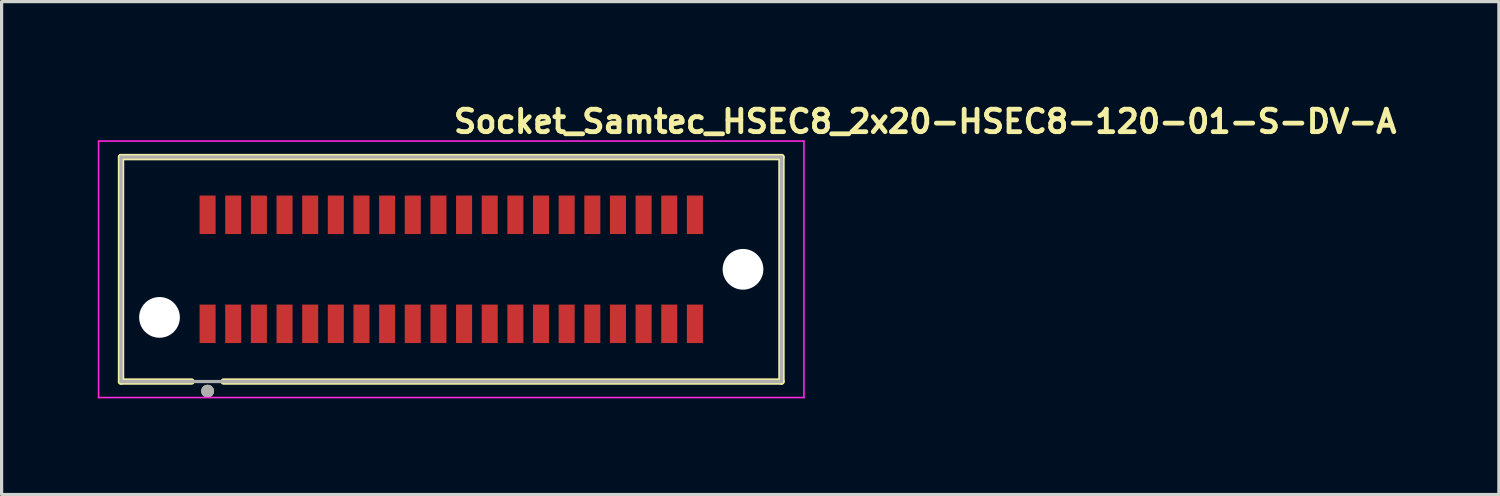
<source format=kicad_pcb>
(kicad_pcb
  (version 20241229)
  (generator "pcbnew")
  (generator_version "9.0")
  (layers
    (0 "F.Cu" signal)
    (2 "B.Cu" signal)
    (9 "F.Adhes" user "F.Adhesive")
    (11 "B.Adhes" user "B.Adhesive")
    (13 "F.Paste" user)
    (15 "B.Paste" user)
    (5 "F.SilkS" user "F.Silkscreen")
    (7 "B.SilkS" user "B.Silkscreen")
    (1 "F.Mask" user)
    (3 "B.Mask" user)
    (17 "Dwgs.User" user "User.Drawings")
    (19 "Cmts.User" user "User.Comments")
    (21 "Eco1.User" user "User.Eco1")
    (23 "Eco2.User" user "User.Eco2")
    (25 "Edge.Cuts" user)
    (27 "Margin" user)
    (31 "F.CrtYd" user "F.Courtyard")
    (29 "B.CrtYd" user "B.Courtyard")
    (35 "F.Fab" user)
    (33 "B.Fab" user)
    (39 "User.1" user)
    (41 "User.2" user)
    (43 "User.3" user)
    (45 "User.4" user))
  (footprint "Socket_Samtec_HSEC8_2x20-HSEC8-120-01-S-DV-A"
    (layer "F.Cu")
    (at 11.025 5.35)
    (property "Reference" "Socket_Samtec_HSEC8_2x20-HSEC8-120-01-S-DV-A" (at 0 -4.2 0) (layer "F.SilkS") (effects (font (size 0.7 0.7) (thickness 0.15)) (justify left bottom)))
    (attr smd)
    (fp_line (start -10.3 -3.5) (end 10.3 -3.5) (stroke (width 0.2) (type solid)) (layer "F.SilkS"))
    (fp_line (start -10.3 3.5) (end -10.3 -3.5) (stroke (width 0.2) (type solid)) (layer "F.SilkS"))
    (fp_line (start -8.1 3.5) (end -10.3 3.5) (stroke (width 0.2) (type solid)) (layer "F.SilkS"))
    (fp_line (start 10.3 -3.5) (end 10.3 3.5) (stroke (width 0.2) (type solid)) (layer "F.SilkS"))
    (fp_line (start 10.3 3.5) (end -7.1 3.5) (stroke (width 0.2) (type solid)) (layer "F.SilkS"))
    (fp_circle (center -7.6 3.8) (end -7.5 3.8) (stroke (width 0.2) (type solid)) (fill no) (layer "F.SilkS"))
    (fp_line (start -11 -4) (end 11 -4) (stroke (width 0.05) (type solid)) (layer "F.CrtYd"))
    (fp_line (start -11 4) (end -11 -4) (stroke (width 0.05) (type solid)) (layer "F.CrtYd"))
    (fp_line (start 11 -4) (end 11 4) (stroke (width 0.05) (type solid)) (layer "F.CrtYd"))
    (fp_line (start 11 4) (end -11 4) (stroke (width 0.05) (type solid)) (layer "F.CrtYd"))
    (fp_line (start -10.3 -3.5) (end 10.3 -3.5) (stroke (width 0.1) (type solid)) (layer "F.Fab"))
    (fp_line (start -10.3 3.5) (end -10.3 -3.5) (stroke (width 0.1) (type solid)) (layer "F.Fab"))
    (fp_line (start 10.3 -3.5) (end 10.3 3.5) (stroke (width 0.1) (type solid)) (layer "F.Fab"))
    (fp_line (start 10.3 3.5) (end -10.3 3.5) (stroke (width 0.1) (type solid)) (layer "F.Fab"))
    (fp_circle (center -7.6 3.8) (end -7.5 3.8) (stroke (width 0.2) (type solid)) (fill no) (layer "F.Fab"))
    (fp_rect (start -10.3 -3.5) (end 10.3 3.5) (stroke (width 0.15) (type solid)) (fill no) (layer "User.5"))
    (fp_line (start -10.3 -3.5) (end -10.3 -2.8) (stroke (width 0.01) (type solid)) (layer "User.9"))
    (fp_line (start -10.3 -2.8) (end -10.3 3.5) (stroke (width 0.01) (type solid)) (layer "User.9"))
    (fp_line (start -10.3 3.5) (end -8.25 3.5) (stroke (width 0.01) (type solid)) (layer "User.9"))
    (fp_line (start -9.425 -1.6) (end -8.7 -0.875) (stroke (width 0.01) (type solid)) (layer "User.9"))
    (fp_line (start -9.425 -1.6) (end -7.863 -1.6) (stroke (width 0.01) (type solid)) (layer "User.9"))
    (fp_line (start -9.425 1.6) (end -9.425 -1.6) (stroke (width 0.01) (type solid)) (layer "User.9"))
    (fp_line (start -9.425 1.6) (end -8.7 0.875) (stroke (width 0.01) (type solid)) (layer "User.9"))
    (fp_line (start -8.7 -0.875) (end -8.7 0.875) (stroke (width 0.01) (type solid)) (layer "User.9"))
    (fp_line (start -8.7 0.875) (end -8 0.875) (stroke (width 0.01) (type solid)) (layer "User.9"))
    (fp_line (start -8.35 2.7) (end -8.35 2.8) (stroke (width 0.01) (type solid)) (layer "User.9"))
    (fp_line (start -8.25 -3.5) (end -10.3 -3.5) (stroke (width 0.01) (type solid)) (layer "User.9"))
    (fp_line (start -8.25 -2.8) (end -8.25 -3.5) (stroke (width 0.01) (type solid)) (layer "User.9"))
    (fp_line (start -8.25 3.5) (end -8.25 2.8) (stroke (width 0.01) (type solid)) (layer "User.9"))
    (fp_line (start -8 -0.975) (end -8 -0.875) (stroke (width 0.01) (type solid)) (layer "User.9"))
    (fp_line (start -8 -0.875) (end -8.7 -0.875) (stroke (width 0.01) (type solid)) (layer "User.9"))
    (fp_line (start -8 0.875) (end -8 -0.875) (stroke (width 0.01) (type solid)) (layer "User.9"))
    (fp_line (start -8 0.875) (end -8 0.975) (stroke (width 0.01) (type solid)) (layer "User.9"))
    (fp_line (start -8 0.975) (end -7.863 0.975) (stroke (width 0.01) (type solid)) (layer "User.9"))
    (fp_line (start -7.863 1.398) (end -7.863 1.8) (stroke (width 0.01) (type solid)) (layer "User.9"))
    (fp_line (start -7.863 1.599) (end -9.425 1.6) (stroke (width 0.01) (type solid)) (layer "User.9"))
    (fp_line (start -7.863 1.599) (end -7.785 1.397) (stroke (width 0.01) (type default)) (layer "User.9"))
    (fp_line (start -7.863 1.8) (end -7.337 1.8) (stroke (width 0.01) (type solid)) (layer "User.9"))
    (fp_line (start -7.863 -1.8) (end -7.863 -1.6) (stroke (width 0.01) (type solid)) (layer "User.9"))
    (fp_line (start -7.863 -1.6) (end -7.863 -0.975) (stroke (width 0.01) (type solid)) (layer "User.9"))
    (fp_line (start -7.863 -0.975) (end -8 -0.975) (stroke (width 0.01) (type solid)) (layer "User.9"))
    (fp_line (start -7.863 0.975) (end -7.863 1.6) (stroke (width 0.01) (type solid)) (layer "User.9"))
    (fp_line (start -7.785 -1.398) (end -7.863 -1.6) (stroke (width 0.01) (type default)) (layer "User.9"))
    (fp_line (start -7.785 -1.398) (end -7.784 -1.331) (stroke (width 0.01) (type solid)) (layer "User.9"))
    (fp_line (start -7.785 -1.398) (end -7.415 -1.398) (stroke (width 0.01) (type solid)) (layer "User.9"))
    (fp_line (start -7.785 1.397) (end -7.784 1.33) (stroke (width 0.01) (type solid)) (layer "User.9"))
    (fp_line (start -7.784 1.33) (end -7.735 0.279) (stroke (width 0.01) (type solid)) (layer "User.9"))
    (fp_line (start -7.784 -1.331) (end -7.735 -0.28) (stroke (width 0.01) (type solid)) (layer "User.9"))
    (fp_line (start -7.784 -1.331) (end -7.416 -1.331) (stroke (width 0.01) (type solid)) (layer "User.9"))
    (fp_line (start -7.735 -0.28) (end -7.465 -0.28) (stroke (width 0.01) (type solid)) (layer "User.9"))
    (fp_line (start -7.732 -0.799) (end -7.735 -0.28) (stroke (width 0.01) (type solid)) (layer "User.9"))
    (fp_line (start -7.731 0.799) (end -7.735 0.279) (stroke (width 0.01) (type solid)) (layer "User.9"))
    (fp_line (start -7.6 2.7) (end -7.6 2.8) (stroke (width 0.01) (type solid)) (layer "User.9"))
    (fp_line (start -7.469 -0.8) (end -7.465 -0.28) (stroke (width 0.01) (type solid)) (layer "User.9"))
    (fp_line (start -7.468 0.798) (end -7.465 0.279) (stroke (width 0.01) (type solid)) (layer "User.9"))
    (fp_line (start -7.465 0.279) (end -7.735 0.279) (stroke (width 0.01) (type solid)) (layer "User.9"))
    (fp_line (start -7.416 1.33) (end -7.784 1.33) (stroke (width 0.01) (type solid)) (layer "User.9"))
    (fp_line (start -7.416 1.33) (end -7.465 0.279) (stroke (width 0.01) (type solid)) (layer "User.9"))
    (fp_line (start -7.416 -1.331) (end -7.465 -0.28) (stroke (width 0.01) (type solid)) (layer "User.9"))
    (fp_line (start -7.415 -1.398) (end -7.416 -1.331) (stroke (width 0.01) (type solid)) (layer "User.9"))
    (fp_line (start -7.415 1.397) (end -7.785 1.397) (stroke (width 0.01) (type solid)) (layer "User.9"))
    (fp_line (start -7.415 1.397) (end -7.416 1.33) (stroke (width 0.01) (type solid)) (layer "User.9"))
    (fp_line (start -7.415 1.397) (end -7.337 1.599) (stroke (width 0.01) (type default)) (layer "User.9"))
    (fp_line (start -7.337 -1.6) (end -7.415 -1.398) (stroke (width 0.01) (type default)) (layer "User.9"))
    (fp_line (start -7.337 -1.6) (end -7.063 -1.6) (stroke (width 0.01) (type solid)) (layer "User.9"))
    (fp_line (start -7.337 -0.975) (end -7.337 -1.6) (stroke (width 0.01) (type solid)) (layer "User.9"))
    (fp_line (start -7.337 1.8) (end -7.337 1.6) (stroke (width 0.01) (type solid)) (layer "User.9"))
    (fp_line (start -7.337 -1.8) (end -7.863 -1.8) (stroke (width 0.01) (type solid)) (layer "User.9"))
    (fp_line (start -7.337 -1.6) (end -7.337 -1.6) (stroke (width 0.01) (type default)) (layer "User.9"))
    (fp_line (start -7.337 -1.6) (end -7.337 -1.8) (stroke (width 0.01) (type solid)) (layer "User.9"))
    (fp_line (start -7.337 0.975) (end -7.063 0.975) (stroke (width 0.01) (type solid)) (layer "User.9"))
    (fp_line (start -7.337 1.6) (end -7.337 0.975) (stroke (width 0.01) (type solid)) (layer "User.9"))
    (fp_line (start -7.063 -1.6) (end -7.063 -0.975) (stroke (width 0.01) (type solid)) (layer "User.9"))
    (fp_line (start -7.063 -0.975) (end -7.337 -0.975) (stroke (width 0.01) (type solid)) (layer "User.9"))
    (fp_line (start -7.063 1.6) (end -7.063 1.8) (stroke (width 0.01) (type solid)) (layer "User.9"))
    (fp_line (start -7.063 1.6) (end -7.063 1.6) (stroke (width 0.01) (type default)) (layer "User.9"))
    (fp_line (start -7.063 1.8) (end -6.537 1.8) (stroke (width 0.01) (type solid)) (layer "User.9"))
    (fp_line (start -7.063 -1.8) (end -7.063 -1.398) (stroke (width 0.01) (type solid)) (layer "User.9"))
    (fp_line (start -7.063 0.975) (end -7.063 1.6) (stroke (width 0.01) (type solid)) (layer "User.9"))
    (fp_line (start -7.063 1.6) (end -7.337 1.6) (stroke (width 0.01) (type solid)) (layer "User.9"))
    (fp_line (start -7.063 1.6) (end -6.985 1.398) (stroke (width 0.01) (type default)) (layer "User.9"))
    (fp_line (start -6.985 -1.398) (end -7.063 -1.6) (stroke (width 0.01) (type default)) (layer "User.9"))
    (fp_line (start -6.985 -1.398) (end -6.984 -1.331) (stroke (width 0.01) (type solid)) (layer "User.9"))
    (fp_line (start -6.985 -1.398) (end -6.615 -1.398) (stroke (width 0.01) (type solid)) (layer "User.9"))
    (fp_line (start -6.985 1.398) (end -6.984 1.331) (stroke (width 0.01) (type solid)) (layer "User.9"))
    (fp_line (start -6.984 1.331) (end -6.935 0.28) (stroke (width 0.01) (type solid)) (layer "User.9"))
    (fp_line (start -6.984 -1.331) (end -6.935 -0.28) (stroke (width 0.01) (type solid)) (layer "User.9"))
    (fp_line (start -6.984 -1.331) (end -6.616 -1.331) (stroke (width 0.01) (type solid)) (layer "User.9"))
    (fp_line (start -6.935 -0.28) (end -6.665 -0.28) (stroke (width 0.01) (type solid)) (layer "User.9"))
    (fp_line (start -6.932 -0.799) (end -6.935 -0.28) (stroke (width 0.01) (type solid)) (layer "User.9"))
    (fp_line (start -6.931 0.8) (end -6.935 0.28) (stroke (width 0.01) (type solid)) (layer "User.9"))
    (fp_line (start -6.85 2.8) (end -6.85 2.8) (stroke (width 0.01) (type default)) (layer "User.9"))
    (fp_line (start -6.85 2.7) (end -8.35 2.7) (stroke (width 0.01) (type solid)) (layer "User.9"))
    (fp_line (start -6.85 2.7) (end -6.85 2.8) (stroke (width 0.01) (type solid)) (layer "User.9"))
    (fp_line (start -6.669 -0.8) (end -6.665 -0.28) (stroke (width 0.01) (type solid)) (layer "User.9"))
    (fp_line (start -6.668 0.799) (end -6.665 0.28) (stroke (width 0.01) (type solid)) (layer "User.9"))
    (fp_line (start -6.665 0.28) (end -6.935 0.28) (stroke (width 0.01) (type solid)) (layer "User.9"))
    (fp_line (start -6.616 1.331) (end -6.984 1.331) (stroke (width 0.01) (type solid)) (layer "User.9"))
    (fp_line (start -6.616 1.331) (end -6.665 0.28) (stroke (width 0.01) (type solid)) (layer "User.9"))
    (fp_line (start -6.616 -1.331) (end -6.665 -0.28) (stroke (width 0.01) (type solid)) (layer "User.9"))
    (fp_line (start -6.615 -1.398) (end -6.616 -1.331) (stroke (width 0.01) (type solid)) (layer "User.9"))
    (fp_line (start -6.615 1.398) (end -6.985 1.398) (stroke (width 0.01) (type solid)) (layer "User.9"))
    (fp_line (start -6.615 1.398) (end -6.616 1.331) (stroke (width 0.01) (type solid)) (layer "User.9"))
    (fp_line (start -6.615 1.398) (end -6.537 1.6) (stroke (width 0.01) (type default)) (layer "User.9"))
    (fp_line (start -6.537 -0.975) (end -6.537 -1.6) (stroke (width 0.01) (type solid)) (layer "User.9"))
    (fp_line (start -6.537 1.8) (end -6.537 1.398) (stroke (width 0.01) (type solid)) (layer "User.9"))
    (fp_line (start -6.537 -1.8) (end -7.063 -1.8) (stroke (width 0.01) (type solid)) (layer "User.9"))
    (fp_line (start -6.537 -1.6) (end -6.615 -1.398) (stroke (width 0.01) (type default)) (layer "User.9"))
    (fp_line (start -6.537 -1.6) (end -6.537 -1.8) (stroke (width 0.01) (type solid)) (layer "User.9"))
    (fp_line (start -6.537 0.975) (end -6.263 0.975) (stroke (width 0.01) (type solid)) (layer "User.9"))
    (fp_line (start -6.537 1.6) (end -6.537 0.975) (stroke (width 0.01) (type solid)) (layer "User.9"))
    (fp_line (start -6.263 1.22) (end -6.263 1.8) (stroke (width 0.01) (type solid)) (layer "User.9"))
    (fp_line (start -6.263 1.8) (end -5.737 1.8) (stroke (width 0.01) (type solid)) (layer "User.9"))
    (fp_line (start -6.263 -1.6) (end -6.263 -0.975) (stroke (width 0.01) (type solid)) (layer "User.9"))
    (fp_line (start -6.263 -0.975) (end -6.537 -0.975) (stroke (width 0.01) (type solid)) (layer "User.9"))
    (fp_line (start -6.263 0.975) (end -6.263 1.6) (stroke (width 0.01) (type solid)) (layer "User.9"))
    (fp_line (start -6.263 1.6) (end -6.537 1.6) (stroke (width 0.01) (type solid)) (layer "User.9"))
    (fp_line (start -6.263 1.6) (end -6.185 1.398) (stroke (width 0.01) (type default)) (layer "User.9"))
    (fp_line (start -6.263 -1.8) (end -6.263 -1.6) (stroke (width 0.01) (type solid)) (layer "User.9"))
    (fp_line (start -6.263 -1.6) (end -6.537 -1.6) (stroke (width 0.01) (type default)) (layer "User.9"))
    (fp_line (start -6.185 -1.398) (end -6.263 -1.6) (stroke (width 0.01) (type default)) (layer "User.9"))
    (fp_line (start -6.185 -1.398) (end -6.184 -1.331) (stroke (width 0.01) (type solid)) (layer "User.9"))
    (fp_line (start -6.185 -1.398) (end -5.815 -1.398) (stroke (width 0.01) (type solid)) (layer "User.9"))
    (fp_line (start -6.185 1.398) (end -6.184 1.331) (stroke (width 0.01) (type solid)) (layer "User.9"))
    (fp_line (start -6.184 1.331) (end -6.135 0.28) (stroke (width 0.01) (type solid)) (layer "User.9"))
    (fp_line (start -6.184 -1.331) (end -6.135 -0.28) (stroke (width 0.01) (type solid)) (layer "User.9"))
    (fp_line (start -6.184 -1.331) (end -5.816 -1.331) (stroke (width 0.01) (type solid)) (layer "User.9"))
    (fp_line (start -6.135 -0.28) (end -5.865 -0.28) (stroke (width 0.01) (type solid)) (layer "User.9"))
    (fp_line (start -6.132 -0.799) (end -6.135 -0.28) (stroke (width 0.01) (type solid)) (layer "User.9"))
    (fp_line (start -6.131 0.8) (end -6.135 0.28) (stroke (width 0.01) (type solid)) (layer "User.9"))
    (fp_line (start -5.869 -0.8) (end -5.865 -0.28) (stroke (width 0.01) (type solid)) (layer "User.9"))
    (fp_line (start -5.868 0.799) (end -5.865 0.28) (stroke (width 0.01) (type solid)) (layer "User.9"))
    (fp_line (start -5.865 0.28) (end -6.135 0.28) (stroke (width 0.01) (type solid)) (layer "User.9"))
    (fp_line (start -5.816 1.331) (end -6.184 1.331) (stroke (width 0.01) (type solid)) (layer "User.9"))
    (fp_line (start -5.816 1.331) (end -5.865 0.28) (stroke (width 0.01) (type solid)) (layer "User.9"))
    (fp_line (start -5.816 -1.331) (end -5.865 -0.28) (stroke (width 0.01) (type solid)) (layer "User.9"))
    (fp_line (start -5.815 -1.398) (end -5.816 -1.331) (stroke (width 0.01) (type solid)) (layer "User.9"))
    (fp_line (start -5.815 1.398) (end -6.185 1.398) (stroke (width 0.01) (type solid)) (layer "User.9"))
    (fp_line (start -5.815 1.398) (end -5.816 1.331) (stroke (width 0.01) (type solid)) (layer "User.9"))
    (fp_line (start -5.815 1.398) (end -5.737 1.6) (stroke (width 0.01) (type default)) (layer "User.9"))
    (fp_line (start -5.737 1.8) (end -5.737 1.6) (stroke (width 0.01) (type solid)) (layer "User.9"))
    (fp_line (start -5.737 -1.6) (end -5.815 -1.398) (stroke (width 0.01) (type default)) (layer "User.9"))
    (fp_line (start -5.737 -1.6) (end -5.463 -1.6) (stroke (width 0.01) (type solid)) (layer "User.9"))
    (fp_line (start -5.737 -0.975) (end -5.737 -1.6) (stroke (width 0.01) (type solid)) (layer "User.9"))
    (fp_line (start -5.737 0.975) (end -5.463 0.975) (stroke (width 0.01) (type solid)) (layer "User.9"))
    (fp_line (start -5.737 1.6) (end -5.737 0.975) (stroke (width 0.01) (type solid)) (layer "User.9"))
    (fp_line (start -5.737 -1.8) (end -6.263 -1.8) (stroke (width 0.01) (type solid)) (layer "User.9"))
    (fp_line (start -5.737 -1.22) (end -5.737 -1.8) (stroke (width 0.01) (type solid)) (layer "User.9"))
    (fp_line (start -5.463 1.6) (end -5.463 1.8) (stroke (width 0.01) (type solid)) (layer "User.9"))
    (fp_line (start -5.463 1.6) (end -5.463 1.6) (stroke (width 0.01) (type default)) (layer "User.9"))
    (fp_line (start -5.463 1.6) (end -5.385 1.398) (stroke (width 0.01) (type default)) (layer "User.9"))
    (fp_line (start -5.463 1.8) (end -4.937 1.8) (stroke (width 0.01) (type solid)) (layer "User.9"))
    (fp_line (start -5.463 -0.975) (end -5.737 -0.975) (stroke (width 0.01) (type solid)) (layer "User.9"))
    (fp_line (start -5.463 -1.8) (end -5.463 -1.6) (stroke (width 0.01) (type solid)) (layer "User.9"))
    (fp_line (start -5.463 -1.6) (end -5.463 -0.975) (stroke (width 0.01) (type solid)) (layer "User.9"))
    (fp_line (start -5.463 0.975) (end -5.463 1.6) (stroke (width 0.01) (type solid)) (layer "User.9"))
    (fp_line (start -5.463 1.6) (end -5.737 1.6) (stroke (width 0.01) (type solid)) (layer "User.9"))
    (fp_line (start -5.385 -1.398) (end -5.463 -1.6) (stroke (width 0.01) (type default)) (layer "User.9"))
    (fp_line (start -5.385 -1.398) (end -5.384 -1.331) (stroke (width 0.01) (type solid)) (layer "User.9"))
    (fp_line (start -5.385 -1.398) (end -5.015 -1.398) (stroke (width 0.01) (type solid)) (layer "User.9"))
    (fp_line (start -5.385 1.398) (end -5.384 1.331) (stroke (width 0.01) (type solid)) (layer "User.9"))
    (fp_line (start -5.384 1.331) (end -5.335 0.28) (stroke (width 0.01) (type solid)) (layer "User.9"))
    (fp_line (start -5.384 -1.331) (end -5.335 -0.28) (stroke (width 0.01) (type solid)) (layer "User.9"))
    (fp_line (start -5.384 -1.331) (end -5.016 -1.331) (stroke (width 0.01) (type solid)) (layer "User.9"))
    (fp_line (start -5.335 -0.28) (end -5.065 -0.28) (stroke (width 0.01) (type solid)) (layer "User.9"))
    (fp_line (start -5.332 -0.799) (end -5.335 -0.28) (stroke (width 0.01) (type solid)) (layer "User.9"))
    (fp_line (start -5.331 0.8) (end -5.335 0.28) (stroke (width 0.01) (type solid)) (layer "User.9"))
    (fp_line (start -5.069 -0.8) (end -5.065 -0.28) (stroke (width 0.01) (type solid)) (layer "User.9"))
    (fp_line (start -5.068 0.799) (end -5.065 0.28) (stroke (width 0.01) (type solid)) (layer "User.9"))
    (fp_line (start -5.065 0.28) (end -5.335 0.28) (stroke (width 0.01) (type solid)) (layer "User.9"))
    (fp_line (start -5.016 1.331) (end -5.384 1.331) (stroke (width 0.01) (type solid)) (layer "User.9"))
    (fp_line (start -5.016 1.331) (end -5.065 0.28) (stroke (width 0.01) (type solid)) (layer "User.9"))
    (fp_line (start -5.016 -1.331) (end -5.065 -0.28) (stroke (width 0.01) (type solid)) (layer "User.9"))
    (fp_line (start -5.015 -1.398) (end -5.016 -1.331) (stroke (width 0.01) (type solid)) (layer "User.9"))
    (fp_line (start -5.015 1.398) (end -5.385 1.398) (stroke (width 0.01) (type solid)) (layer "User.9"))
    (fp_line (start -5.015 1.398) (end -5.016 1.331) (stroke (width 0.01) (type solid)) (layer "User.9"))
    (fp_line (start -5.015 1.398) (end -4.937 1.6) (stroke (width 0.01) (type default)) (layer "User.9"))
    (fp_line (start -4.937 1.8) (end -4.937 1.6) (stroke (width 0.01) (type solid)) (layer "User.9"))
    (fp_line (start -4.937 -1.6) (end -5.015 -1.398) (stroke (width 0.01) (type default)) (layer "User.9"))
    (fp_line (start -4.937 -0.975) (end -4.937 -1.6) (stroke (width 0.01) (type solid)) (layer "User.9"))
    (fp_line (start -4.937 -1.8) (end -5.463 -1.8) (stroke (width 0.01) (type solid)) (layer "User.9"))
    (fp_line (start -4.937 -1.6) (end -4.937 -1.8) (stroke (width 0.01) (type solid)) (layer "User.9"))
    (fp_line (start -4.937 1.6) (end -4.937 0.975) (stroke (width 0.01) (type solid)) (layer "User.9"))
    (fp_line (start -4.663 1.6) (end -4.937 1.6) (stroke (width 0.01) (type default)) (layer "User.9"))
    (fp_line (start -4.663 1.6) (end -4.663 1.8) (stroke (width 0.01) (type solid)) (layer "User.9"))
    (fp_line (start -4.663 1.6) (end -4.585 1.398) (stroke (width 0.01) (type default)) (layer "User.9"))
    (fp_line (start -4.663 1.8) (end -4.137 1.8) (stroke (width 0.01) (type solid)) (layer "User.9"))
    (fp_line (start -4.663 -1.6) (end -4.937 -1.6) (stroke (width 0.01) (type default)) (layer "User.9"))
    (fp_line (start -4.663 -1.6) (end -4.663 -0.975) (stroke (width 0.01) (type solid)) (layer "User.9"))
    (fp_line (start -4.663 -0.975) (end -4.937 -0.975) (stroke (width 0.01) (type solid)) (layer "User.9"))
    (fp_line (start -4.663 -1.8) (end -4.663 -1.6) (stroke (width 0.01) (type solid)) (layer "User.9"))
    (fp_line (start -4.663 0.975) (end -4.937 0.975) (stroke (width 0.01) (type default)) (layer "User.9"))
    (fp_line (start -4.663 0.975) (end -4.663 1.6) (stroke (width 0.01) (type solid)) (layer "User.9"))
    (fp_line (start -4.585 1.398) (end -4.584 1.331) (stroke (width 0.01) (type solid)) (layer "User.9"))
    (fp_line (start -4.585 -1.397) (end -4.663 -1.599) (stroke (width 0.01) (type default)) (layer "User.9"))
    (fp_line (start -4.585 -1.397) (end -4.584 -1.33) (stroke (width 0.01) (type solid)) (layer "User.9"))
    (fp_line (start -4.585 -1.397) (end -4.215 -1.397) (stroke (width 0.01) (type solid)) (layer "User.9"))
    (fp_line (start -4.584 1.331) (end -4.535 0.28) (stroke (width 0.01) (type solid)) (layer "User.9"))
    (fp_line (start -4.584 -1.33) (end -4.535 -0.279) (stroke (width 0.01) (type solid)) (layer "User.9"))
    (fp_line (start -4.584 -1.33) (end -4.216 -1.33) (stroke (width 0.01) (type solid)) (layer "User.9"))
    (fp_line (start -4.535 -0.279) (end -4.265 -0.279) (stroke (width 0.01) (type solid)) (layer "User.9"))
    (fp_line (start -4.532 -0.798) (end -4.535 -0.279) (stroke (width 0.01) (type solid)) (layer "User.9"))
    (fp_line (start -4.531 0.8) (end -4.535 0.28) (stroke (width 0.01) (type solid)) (layer "User.9"))
    (fp_line (start -4.269 -0.799) (end -4.265 -0.279) (stroke (width 0.01) (type solid)) (layer "User.9"))
    (fp_line (start -4.268 0.799) (end -4.265 0.28) (stroke (width 0.01) (type solid)) (layer "User.9"))
    (fp_line (start -4.265 0.28) (end -4.535 0.28) (stroke (width 0.01) (type solid)) (layer "User.9"))
    (fp_line (start -4.216 1.331) (end -4.584 1.331) (stroke (width 0.01) (type solid)) (layer "User.9"))
    (fp_line (start -4.216 1.331) (end -4.265 0.28) (stroke (width 0.01) (type solid)) (layer "User.9"))
    (fp_line (start -4.216 -1.33) (end -4.265 -0.279) (stroke (width 0.01) (type solid)) (layer "User.9"))
    (fp_line (start -4.215 1.398) (end -4.585 1.398) (stroke (width 0.01) (type solid)) (layer "User.9"))
    (fp_line (start -4.215 1.398) (end -4.216 1.331) (stroke (width 0.01) (type solid)) (layer "User.9"))
    (fp_line (start -4.215 1.398) (end -4.137 1.6) (stroke (width 0.01) (type default)) (layer "User.9"))
    (fp_line (start -4.215 -1.397) (end -4.216 -1.33) (stroke (width 0.01) (type solid)) (layer "User.9"))
    (fp_line (start -4.137 1.8) (end -4.137 1.398) (stroke (width 0.01) (type solid)) (layer "User.9"))
    (fp_line (start -4.137 -1.6) (end -3.863 -1.6) (stroke (width 0.01) (type solid)) (layer "User.9"))
    (fp_line (start -4.137 -0.975) (end -4.137 -1.6) (stroke (width 0.01) (type solid)) (layer "User.9"))
    (fp_line (start -4.137 -1.8) (end -4.663 -1.8) (stroke (width 0.01) (type solid)) (layer "User.9"))
    (fp_line (start -4.137 -1.599) (end -4.215 -1.397) (stroke (width 0.01) (type default)) (layer "User.9"))
    (fp_line (start -4.137 -1.398) (end -4.137 -1.8) (stroke (width 0.01) (type solid)) (layer "User.9"))
    (fp_line (start -4.137 0.975) (end -3.863 0.975) (stroke (width 0.01) (type solid)) (layer "User.9"))
    (fp_line (start -4.137 1.6) (end -4.137 0.975) (stroke (width 0.01) (type solid)) (layer "User.9"))
    (fp_line (start -3.863 1.6) (end -4.137 1.6) (stroke (width 0.01) (type solid)) (layer "User.9"))
    (fp_line (start -3.863 1.6) (end -3.863 1.8) (stroke (width 0.01) (type solid)) (layer "User.9"))
    (fp_line (start -3.863 1.6) (end -3.785 1.398) (stroke (width 0.01) (type default)) (layer "User.9"))
    (fp_line (start -3.863 1.8) (end -3.337 1.8) (stroke (width 0.01) (type solid)) (layer "User.9"))
    (fp_line (start -3.863 -0.975) (end -4.137 -0.975) (stroke (width 0.01) (type solid)) (layer "User.9"))
    (fp_line (start -3.863 -1.8) (end -3.863 -1.6) (stroke (width 0.01) (type solid)) (layer "User.9"))
    (fp_line (start -3.863 -1.6) (end -3.863 -0.975) (stroke (width 0.01) (type solid)) (layer "User.9"))
    (fp_line (start -3.863 0.975) (end -3.863 1.6) (stroke (width 0.01) (type solid)) (layer "User.9"))
    (fp_line (start -3.785 1.398) (end -3.784 1.331) (stroke (width 0.01) (type solid)) (layer "User.9"))
    (fp_line (start -3.785 -1.398) (end -3.863 -1.6) (stroke (width 0.01) (type default)) (layer "User.9"))
    (fp_line (start -3.785 -1.398) (end -3.784 -1.331) (stroke (width 0.01) (type solid)) (layer "User.9"))
    (fp_line (start -3.785 -1.398) (end -3.415 -1.398) (stroke (width 0.01) (type solid)) (layer "User.9"))
    (fp_line (start -3.784 1.331) (end -3.735 0.28) (stroke (width 0.01) (type solid)) (layer "User.9"))
    (fp_line (start -3.784 -1.331) (end -3.735 -0.28) (stroke (width 0.01) (type solid)) (layer "User.9"))
    (fp_line (start -3.784 -1.331) (end -3.416 -1.331) (stroke (width 0.01) (type solid)) (layer "User.9"))
    (fp_line (start -3.735 -0.28) (end -3.465 -0.28) (stroke (width 0.01) (type solid)) (layer "User.9"))
    (fp_line (start -3.732 -0.799) (end -3.735 -0.28) (stroke (width 0.01) (type solid)) (layer "User.9"))
    (fp_line (start -3.731 0.8) (end -3.735 0.28) (stroke (width 0.01) (type solid)) (layer "User.9"))
    (fp_line (start -3.469 -0.8) (end -3.465 -0.28) (stroke (width 0.01) (type solid)) (layer "User.9"))
    (fp_line (start -3.468 0.799) (end -3.465 0.28) (stroke (width 0.01) (type solid)) (layer "User.9"))
    (fp_line (start -3.465 0.28) (end -3.735 0.28) (stroke (width 0.01) (type solid)) (layer "User.9"))
    (fp_line (start -3.416 1.331) (end -3.784 1.331) (stroke (width 0.01) (type solid)) (layer "User.9"))
    (fp_line (start -3.416 1.331) (end -3.465 0.28) (stroke (width 0.01) (type solid)) (layer "User.9"))
    (fp_line (start -3.416 -1.331) (end -3.465 -0.28) (stroke (width 0.01) (type solid)) (layer "User.9"))
    (fp_line (start -3.415 1.398) (end -3.785 1.398) (stroke (width 0.01) (type solid)) (layer "User.9"))
    (fp_line (start -3.415 1.398) (end -3.416 1.331) (stroke (width 0.01) (type solid)) (layer "User.9"))
    (fp_line (start -3.415 1.398) (end -3.337 1.6) (stroke (width 0.01) (type default)) (layer "User.9"))
    (fp_line (start -3.415 -1.398) (end -3.416 -1.331) (stroke (width 0.01) (type solid)) (layer "User.9"))
    (fp_line (start -3.337 1.8) (end -3.337 1.6) (stroke (width 0.01) (type solid)) (layer "User.9"))
    (fp_line (start -3.337 -0.975) (end -3.337 -1.6) (stroke (width 0.01) (type solid)) (layer "User.9"))
    (fp_line (start -3.337 -1.8) (end -3.863 -1.8) (stroke (width 0.01) (type solid)) (layer "User.9"))
    (fp_line (start -3.337 -1.6) (end -3.415 -1.398) (stroke (width 0.01) (type default)) (layer "User.9"))
    (fp_line (start -3.337 -1.6) (end -3.337 -1.8) (stroke (width 0.01) (type solid)) (layer "User.9"))
    (fp_line (start -3.337 0.975) (end -3.063 0.975) (stroke (width 0.01) (type solid)) (layer "User.9"))
    (fp_line (start -3.337 1.6) (end -3.337 0.975) (stroke (width 0.01) (type solid)) (layer "User.9"))
    (fp_line (start -3.063 1.6) (end -3.063 1.8) (stroke (width 0.01) (type solid)) (layer "User.9"))
    (fp_line (start -3.063 1.8) (end -2.537 1.8) (stroke (width 0.01) (type solid)) (layer "User.9"))
    (fp_line (start -3.063 -1.6) (end -3.337 -1.6) (stroke (width 0.01) (type default)) (layer "User.9"))
    (fp_line (start -3.063 -1.6) (end -3.063 -0.975) (stroke (width 0.01) (type solid)) (layer "User.9"))
    (fp_line (start -3.063 -0.975) (end -3.337 -0.975) (stroke (width 0.01) (type solid)) (layer "User.9"))
    (fp_line (start -3.063 -1.8) (end -3.063 -1.6) (stroke (width 0.01) (type solid)) (layer "User.9"))
    (fp_line (start -3.063 0.975) (end -3.063 1.6) (stroke (width 0.01) (type solid)) (layer "User.9"))
    (fp_line (start -3.063 1.6) (end -3.337 1.6) (stroke (width 0.01) (type solid)) (layer "User.9"))
    (fp_line (start -3.063 1.6) (end -2.985 1.398) (stroke (width 0.01) (type default)) (layer "User.9"))
    (fp_line (start -2.985 -1.398) (end -3.063 -1.6) (stroke (width 0.01) (type default)) (layer "User.9"))
    (fp_line (start -2.985 -1.398) (end -2.984 -1.331) (stroke (width 0.01) (type solid)) (layer "User.9"))
    (fp_line (start -2.985 -1.398) (end -2.615 -1.398) (stroke (width 0.01) (type solid)) (layer "User.9"))
    (fp_line (start -2.985 1.398) (end -2.984 1.331) (stroke (width 0.01) (type solid)) (layer "User.9"))
    (fp_line (start -2.984 1.331) (end -2.935 0.28) (stroke (width 0.01) (type solid)) (layer "User.9"))
    (fp_line (start -2.984 -1.331) (end -2.935 -0.28) (stroke (width 0.01) (type solid)) (layer "User.9"))
    (fp_line (start -2.984 -1.331) (end -2.616 -1.331) (stroke (width 0.01) (type solid)) (layer "User.9"))
    (fp_line (start -2.935 -0.28) (end -2.665 -0.28) (stroke (width 0.01) (type solid)) (layer "User.9"))
    (fp_line (start -2.932 -0.799) (end -2.935 -0.28) (stroke (width 0.01) (type solid)) (layer "User.9"))
    (fp_line (start -2.931 0.8) (end -2.935 0.28) (stroke (width 0.01) (type solid)) (layer "User.9"))
    (fp_line (start -2.669 -0.8) (end -2.665 -0.28) (stroke (width 0.01) (type solid)) (layer "User.9"))
    (fp_line (start -2.668 0.799) (end -2.665 0.28) (stroke (width 0.01) (type solid)) (layer "User.9"))
    (fp_line (start -2.665 0.28) (end -2.935 0.28) (stroke (width 0.01) (type solid)) (layer "User.9"))
    (fp_line (start -2.616 1.331) (end -2.984 1.331) (stroke (width 0.01) (type solid)) (layer "User.9"))
    (fp_line (start -2.616 1.331) (end -2.665 0.28) (stroke (width 0.01) (type solid)) (layer "User.9"))
    (fp_line (start -2.616 -1.331) (end -2.665 -0.28) (stroke (width 0.01) (type solid)) (layer "User.9"))
    (fp_line (start -2.615 -1.398) (end -2.616 -1.331) (stroke (width 0.01) (type solid)) (layer "User.9"))
    (fp_line (start -2.615 1.398) (end -2.985 1.398) (stroke (width 0.01) (type solid)) (layer "User.9"))
    (fp_line (start -2.615 1.398) (end -2.616 1.331) (stroke (width 0.01) (type solid)) (layer "User.9"))
    (fp_line (start -2.615 1.398) (end -2.537 1.6) (stroke (width 0.01) (type default)) (layer "User.9"))
    (fp_line (start -2.537 1.8) (end -2.537 1.6) (stroke (width 0.01) (type solid)) (layer "User.9"))
    (fp_line (start -2.537 -1.6) (end -2.263 -1.6) (stroke (width 0.01) (type solid)) (layer "User.9"))
    (fp_line (start -2.537 -0.975) (end -2.537 -1.6) (stroke (width 0.01) (type solid)) (layer "User.9"))
    (fp_line (start -2.537 -0.975) (end -2.263 -0.975) (stroke (width 0.01) (type default)) (layer "User.9"))
    (fp_line (start -2.537 -1.8) (end -3.063 -1.8) (stroke (width 0.01) (type solid)) (layer "User.9"))
    (fp_line (start -2.537 -1.6) (end -2.615 -1.398) (stroke (width 0.01) (type default)) (layer "User.9"))
    (fp_line (start -2.537 -1.6) (end -2.537 -1.8) (stroke (width 0.01) (type solid)) (layer "User.9"))
    (fp_line (start -2.537 1.6) (end -2.537 0.975) (stroke (width 0.01) (type solid)) (layer "User.9"))
    (fp_line (start -2.263 1.397) (end -2.263 1.8) (stroke (width 0.01) (type solid)) (layer "User.9"))
    (fp_line (start -2.263 1.599) (end -2.185 1.397) (stroke (width 0.01) (type default)) (layer "User.9"))
    (fp_line (start -2.263 1.8) (end -1.737 1.8) (stroke (width 0.01) (type solid)) (layer "User.9"))
    (fp_line (start -2.263 -1.6) (end -2.263 -0.975) (stroke (width 0.01) (type solid)) (layer "User.9"))
    (fp_line (start -2.263 -1.8) (end -2.263 -1.6) (stroke (width 0.01) (type solid)) (layer "User.9"))
    (fp_line (start -2.263 0.975) (end -2.537 0.975) (stroke (width 0.01) (type default)) (layer "User.9"))
    (fp_line (start -2.263 0.975) (end -2.263 1.6) (stroke (width 0.01) (type solid)) (layer "User.9"))
    (fp_line (start -2.263 1.6) (end -2.537 1.6) (stroke (width 0.01) (type solid)) (layer "User.9"))
    (fp_line (start -2.185 -1.398) (end -2.263 -1.6) (stroke (width 0.01) (type default)) (layer "User.9"))
    (fp_line (start -2.185 -1.398) (end -2.184 -1.331) (stroke (width 0.01) (type solid)) (layer "User.9"))
    (fp_line (start -2.185 -1.398) (end -1.815 -1.398) (stroke (width 0.01) (type solid)) (layer "User.9"))
    (fp_line (start -2.185 1.397) (end -2.184 1.329) (stroke (width 0.01) (type solid)) (layer "User.9"))
    (fp_line (start -2.184 1.329) (end -2.135 0.279) (stroke (width 0.01) (type solid)) (layer "User.9"))
    (fp_line (start -2.184 -1.331) (end -2.135 -0.28) (stroke (width 0.01) (type solid)) (layer "User.9"))
    (fp_line (start -2.184 -1.331) (end -1.816 -1.331) (stroke (width 0.01) (type solid)) (layer "User.9"))
    (fp_line (start -2.135 -0.28) (end -1.865 -0.28) (stroke (width 0.01) (type solid)) (layer "User.9"))
    (fp_line (start -2.132 -0.799) (end -2.135 -0.28) (stroke (width 0.01) (type solid)) (layer "User.9"))
    (fp_line (start -2.131 0.799) (end -2.135 0.279) (stroke (width 0.01) (type solid)) (layer "User.9"))
    (fp_line (start -1.869 -0.8) (end -1.865 -0.28) (stroke (width 0.01) (type solid)) (layer "User.9"))
    (fp_line (start -1.868 0.797) (end -1.865 0.279) (stroke (width 0.01) (type solid)) (layer "User.9"))
    (fp_line (start -1.865 0.279) (end -2.135 0.279) (stroke (width 0.01) (type solid)) (layer "User.9"))
    (fp_line (start -1.816 1.329) (end -2.184 1.329) (stroke (width 0.01) (type solid)) (layer "User.9"))
    (fp_line (start -1.816 1.329) (end -1.865 0.279) (stroke (width 0.01) (type solid)) (layer "User.9"))
    (fp_line (start -1.816 -1.331) (end -1.865 -0.28) (stroke (width 0.01) (type solid)) (layer "User.9"))
    (fp_line (start -1.815 -1.398) (end -1.816 -1.331) (stroke (width 0.01) (type solid)) (layer "User.9"))
    (fp_line (start -1.815 1.397) (end -2.185 1.397) (stroke (width 0.01) (type solid)) (layer "User.9"))
    (fp_line (start -1.815 1.397) (end -1.816 1.329) (stroke (width 0.01) (type solid)) (layer "User.9"))
    (fp_line (start -1.815 1.397) (end -1.737 1.598) (stroke (width 0.01) (type default)) (layer "User.9"))
    (fp_line (start -1.737 1.8) (end -1.737 1.398) (stroke (width 0.01) (type solid)) (layer "User.9"))
    (fp_line (start -1.737 -1.6) (end -1.815 -1.398) (stroke (width 0.01) (type default)) (layer "User.9"))
    (fp_line (start -1.737 -1.6) (end -1.463 -1.6) (stroke (width 0.01) (type solid)) (layer "User.9"))
    (fp_line (start -1.737 -0.975) (end -1.737 -1.6) (stroke (width 0.01) (type solid)) (layer "User.9"))
    (fp_line (start -1.737 -1.8) (end -2.263 -1.8) (stroke (width 0.01) (type solid)) (layer "User.9"))
    (fp_line (start -1.737 -1.22) (end -1.737 -1.8) (stroke (width 0.01) (type solid)) (layer "User.9"))
    (fp_line (start -1.737 0.975) (end -1.463 0.975) (stroke (width 0.01) (type solid)) (layer "User.9"))
    (fp_line (start -1.737 1.6) (end -1.737 0.975) (stroke (width 0.01) (type solid)) (layer "User.9"))
    (fp_line (start -1.463 1.6) (end -1.463 1.8) (stroke (width 0.01) (type solid)) (layer "User.9"))
    (fp_line (start -1.463 1.6) (end -1.463 1.6) (stroke (width 0.01) (type default)) (layer "User.9"))
    (fp_line (start -1.463 1.6) (end -1.385 1.398) (stroke (width 0.01) (type default)) (layer "User.9"))
    (fp_line (start -1.463 1.8) (end -0.937 1.8) (stroke (width 0.01) (type solid)) (layer "User.9"))
    (fp_line (start -1.463 -0.975) (end -1.737 -0.975) (stroke (width 0.01) (type solid)) (layer "User.9"))
    (fp_line (start -1.463 -1.8) (end -1.463 -1.6) (stroke (width 0.01) (type solid)) (layer "User.9"))
    (fp_line (start -1.463 -1.6) (end -1.463 -0.975) (stroke (width 0.01) (type solid)) (layer "User.9"))
    (fp_line (start -1.463 0.975) (end -1.463 1.6) (stroke (width 0.01) (type solid)) (layer "User.9"))
    (fp_line (start -1.463 1.6) (end -1.737 1.6) (stroke (width 0.01) (type solid)) (layer "User.9"))
    (fp_line (start -1.385 1.398) (end -1.384 1.331) (stroke (width 0.01) (type solid)) (layer "User.9"))
    (fp_line (start -1.385 -1.398) (end -1.463 -1.6) (stroke (width 0.01) (type default)) (layer "User.9"))
    (fp_line (start -1.385 -1.398) (end -1.384 -1.331) (stroke (width 0.01) (type solid)) (layer "User.9"))
    (fp_line (start -1.385 -1.398) (end -1.015 -1.398) (stroke (width 0.01) (type solid)) (layer "User.9"))
    (fp_line (start -1.384 1.331) (end -1.335 0.28) (stroke (width 0.01) (type solid)) (layer "User.9"))
    (fp_line (start -1.384 -1.331) (end -1.335 -0.28) (stroke (width 0.01) (type solid)) (layer "User.9"))
    (fp_line (start -1.384 -1.331) (end -1.016 -1.331) (stroke (width 0.01) (type solid)) (layer "User.9"))
    (fp_line (start -1.335 -0.28) (end -1.065 -0.28) (stroke (width 0.01) (type solid)) (layer "User.9"))
    (fp_line (start -1.332 -0.799) (end -1.335 -0.28) (stroke (width 0.01) (type solid)) (layer "User.9"))
    (fp_line (start -1.331 0.8) (end -1.335 0.28) (stroke (width 0.01) (type solid)) (layer "User.9"))
    (fp_line (start -1.069 -0.8) (end -1.065 -0.28) (stroke (width 0.01) (type solid)) (layer "User.9"))
    (fp_line (start -1.068 0.799) (end -1.065 0.28) (stroke (width 0.01) (type solid)) (layer "User.9"))
    (fp_line (start -1.065 0.28) (end -1.335 0.28) (stroke (width 0.01) (type solid)) (layer "User.9"))
    (fp_line (start -1.016 1.331) (end -1.384 1.331) (stroke (width 0.01) (type solid)) (layer "User.9"))
    (fp_line (start -1.016 1.331) (end -1.065 0.28) (stroke (width 0.01) (type solid)) (layer "User.9"))
    (fp_line (start -1.016 -1.331) (end -1.065 -0.28) (stroke (width 0.01) (type solid)) (layer "User.9"))
    (fp_line (start -1.015 1.398) (end -1.385 1.398) (stroke (width 0.01) (type solid)) (layer "User.9"))
    (fp_line (start -1.015 1.398) (end -1.016 1.331) (stroke (width 0.01) (type solid)) (layer "User.9"))
    (fp_line (start -1.015 1.398) (end -0.937 1.6) (stroke (width 0.01) (type default)) (layer "User.9"))
    (fp_line (start -1.015 -1.398) (end -1.016 -1.331) (stroke (width 0.01) (type solid)) (layer "User.9"))
    (fp_line (start -0.937 1.8) (end -0.937 1.6) (stroke (width 0.01) (type solid)) (layer "User.9"))
    (fp_line (start -0.937 -0.975) (end -0.937 -1.6) (stroke (width 0.01) (type solid)) (layer "User.9"))
    (fp_line (start -0.937 -1.8) (end -1.463 -1.8) (stroke (width 0.01) (type solid)) (layer "User.9"))
    (fp_line (start -0.937 -1.6) (end -1.015 -1.398) (stroke (width 0.01) (type default)) (layer "User.9"))
    (fp_line (start -0.937 -1.6) (end -0.937 -1.8) (stroke (width 0.01) (type solid)) (layer "User.9"))
    (fp_line (start -0.937 0.975) (end -0.663 0.975) (stroke (width 0.01) (type solid)) (layer "User.9"))
    (fp_line (start -0.937 1.6) (end -0.937 0.975) (stroke (width 0.01) (type solid)) (layer "User.9"))
    (fp_line (start -0.663 1.6) (end -0.937 1.6) (stroke (width 0.01) (type default)) (layer "User.9"))
    (fp_line (start -0.663 1.6) (end -0.663 1.8) (stroke (width 0.01) (type solid)) (layer "User.9"))
    (fp_line (start -0.663 1.6) (end -0.585 1.398) (stroke (width 0.01) (type default)) (layer "User.9"))
    (fp_line (start -0.663 1.8) (end -0.137 1.8) (stroke (width 0.01) (type solid)) (layer "User.9"))
    (fp_line (start -0.663 -1.6) (end -0.937 -1.6) (stroke (width 0.01) (type default)) (layer "User.9"))
    (fp_line (start -0.663 -1.6) (end -0.663 -0.975) (stroke (width 0.01) (type solid)) (layer "User.9"))
    (fp_line (start -0.663 -0.975) (end -0.937 -0.975) (stroke (width 0.01) (type solid)) (layer "User.9"))
    (fp_line (start -0.663 -1.8) (end -0.663 -1.6) (stroke (width 0.01) (type solid)) (layer "User.9"))
    (fp_line (start -0.663 0.975) (end -0.663 1.6) (stroke (width 0.01) (type solid)) (layer "User.9"))
    (fp_line (start -0.585 1.398) (end -0.584 1.331) (stroke (width 0.01) (type solid)) (layer "User.9"))
    (fp_line (start -0.585 -1.397) (end -0.663 -1.599) (stroke (width 0.01) (type default)) (layer "User.9"))
    (fp_line (start -0.585 -1.397) (end -0.584 -1.33) (stroke (width 0.01) (type solid)) (layer "User.9"))
    (fp_line (start -0.585 -1.397) (end -0.215 -1.397) (stroke (width 0.01) (type solid)) (layer "User.9"))
    (fp_line (start -0.584 1.331) (end -0.535 0.28) (stroke (width 0.01) (type solid)) (layer "User.9"))
    (fp_line (start -0.584 -1.33) (end -0.535 -0.279) (stroke (width 0.01) (type solid)) (layer "User.9"))
    (fp_line (start -0.584 -1.33) (end -0.216 -1.33) (stroke (width 0.01) (type solid)) (layer "User.9"))
    (fp_line (start -0.535 -0.279) (end -0.265 -0.279) (stroke (width 0.01) (type solid)) (layer "User.9"))
    (fp_line (start -0.532 -0.798) (end -0.535 -0.279) (stroke (width 0.01) (type solid)) (layer "User.9"))
    (fp_line (start -0.531 0.8) (end -0.535 0.28) (stroke (width 0.01) (type solid)) (layer "User.9"))
    (fp_line (start -0.269 -0.799) (end -0.265 -0.279) (stroke (width 0.01) (type solid)) (layer "User.9"))
    (fp_line (start -0.268 0.799) (end -0.265 0.28) (stroke (width 0.01) (type solid)) (layer "User.9"))
    (fp_line (start -0.265 0.28) (end -0.535 0.28) (stroke (width 0.01) (type solid)) (layer "User.9"))
    (fp_line (start -0.216 1.331) (end -0.584 1.331) (stroke (width 0.01) (type solid)) (layer "User.9"))
    (fp_line (start -0.216 1.331) (end -0.265 0.28) (stroke (width 0.01) (type solid)) (layer "User.9"))
    (fp_line (start -0.216 -1.33) (end -0.265 -0.279) (stroke (width 0.01) (type solid)) (layer "User.9"))
    (fp_line (start -0.215 1.398) (end -0.585 1.398) (stroke (width 0.01) (type solid)) (layer "User.9"))
    (fp_line (start -0.215 1.398) (end -0.216 1.331) (stroke (width 0.01) (type solid)) (layer "User.9"))
    (fp_line (start -0.215 1.398) (end -0.137 1.6) (stroke (width 0.01) (type default)) (layer "User.9"))
    (fp_line (start -0.215 -1.397) (end -0.216 -1.33) (stroke (width 0.01) (type solid)) (layer "User.9"))
    (fp_line (start -0.137 1.6) (end -0.137 0.975) (stroke (width 0.01) (type solid)) (layer "User.9"))
    (fp_line (start -0.137 1.8) (end -0.137 1.6) (stroke (width 0.01) (type solid)) (layer "User.9"))
    (fp_line (start -0.137 -1.6) (end 0.137 -1.6) (stroke (width 0.01) (type solid)) (layer "User.9"))
    (fp_line (start -0.137 -0.975) (end -0.137 -1.6) (stroke (width 0.01) (type solid)) (layer "User.9"))
    (fp_line (start -0.137 -1.8) (end -0.663 -1.8) (stroke (width 0.01) (type solid)) (layer "User.9"))
    (fp_line (start -0.137 -1.599) (end -0.215 -1.397) (stroke (width 0.01) (type default)) (layer "User.9"))
    (fp_line (start -0.137 -1.398) (end -0.137 -1.8) (stroke (width 0.01) (type solid)) (layer "User.9"))
    (fp_line (start -0.137 0.975) (end 0.137 0.975) (stroke (width 0.01) (type solid)) (layer "User.9"))
    (fp_line (start 0.137 -0.975) (end -0.137 -0.975) (stroke (width 0.01) (type solid)) (layer "User.9"))
    (fp_line (start 0.137 1.398) (end 0.137 1.8) (stroke (width 0.01) (type solid)) (layer "User.9"))
    (fp_line (start 0.137 1.599) (end 0.215 1.397) (stroke (width 0.01) (type default)) (layer "User.9"))
    (fp_line (start 0.137 1.8) (end 0.663 1.8) (stroke (width 0.01) (type solid)) (layer "User.9"))
    (fp_line (start 0.137 0.975) (end 0.137 1.6) (stroke (width 0.01) (type solid)) (layer "User.9"))
    (fp_line (start 0.137 1.6) (end -0.137 1.6) (stroke (width 0.01) (type solid)) (layer "User.9"))
    (fp_line (start 0.137 -1.8) (end 0.137 -1.6) (stroke (width 0.01) (type solid)) (layer "User.9"))
    (fp_line (start 0.137 -1.6) (end 0.137 -0.975) (stroke (width 0.01) (type solid)) (layer "User.9"))
    (fp_line (start 0.215 1.397) (end 0.216 1.33) (stroke (width 0.01) (type solid)) (layer "User.9"))
    (fp_line (start 0.215 -1.398) (end 0.137 -1.6) (stroke (width 0.01) (type default)) (layer "User.9"))
    (fp_line (start 0.215 -1.398) (end 0.216 -1.331) (stroke (width 0.01) (type solid)) (layer "User.9"))
    (fp_line (start 0.215 -1.398) (end 0.585 -1.398) (stroke (width 0.01) (type solid)) (layer "User.9"))
    (fp_line (start 0.216 1.33) (end 0.265 0.279) (stroke (width 0.01) (type solid)) (layer "User.9"))
    (fp_line (start 0.216 -1.331) (end 0.265 -0.28) (stroke (width 0.01) (type solid)) (layer "User.9"))
    (fp_line (start 0.216 -1.331) (end 0.584 -1.331) (stroke (width 0.01) (type solid)) (layer "User.9"))
    (fp_line (start 0.265 -0.28) (end 0.535 -0.28) (stroke (width 0.01) (type solid)) (layer "User.9"))
    (fp_line (start 0.268 -0.799) (end 0.265 -0.28) (stroke (width 0.01) (type solid)) (layer "User.9"))
    (fp_line (start 0.269 0.799) (end 0.265 0.279) (stroke (width 0.01) (type solid)) (layer "User.9"))
    (fp_line (start 0.531 -0.8) (end 0.535 -0.28) (stroke (width 0.01) (type solid)) (layer "User.9"))
    (fp_line (start 0.532 0.798) (end 0.535 0.279) (stroke (width 0.01) (type solid)) (layer "User.9"))
    (fp_line (start 0.535 0.279) (end 0.265 0.279) (stroke (width 0.01) (type solid)) (layer "User.9"))
    (fp_line (start 0.584 1.33) (end 0.216 1.33) (stroke (width 0.01) (type solid)) (layer "User.9"))
    (fp_line (start 0.584 1.33) (end 0.535 0.279) (stroke (width 0.01) (type solid)) (layer "User.9"))
    (fp_line (start 0.584 -1.331) (end 0.535 -0.28) (stroke (width 0.01) (type solid)) (layer "User.9"))
    (fp_line (start 0.585 1.397) (end 0.215 1.397) (stroke (width 0.01) (type solid)) (layer "User.9"))
    (fp_line (start 0.585 1.397) (end 0.584 1.33) (stroke (width 0.01) (type solid)) (layer "User.9"))
    (fp_line (start 0.585 1.397) (end 0.663 1.599) (stroke (width 0.01) (type default)) (layer "User.9"))
    (fp_line (start 0.585 -1.398) (end 0.584 -1.331) (stroke (width 0.01) (type solid)) (layer "User.9"))
    (fp_line (start 0.663 -0.975) (end 0.663 -1.6) (stroke (width 0.01) (type solid)) (layer "User.9"))
    (fp_line (start 0.663 1.8) (end 0.663 1.6) (stroke (width 0.01) (type solid)) (layer "User.9"))
    (fp_line (start 0.663 0.975) (end 0.937 0.975) (stroke (width 0.01) (type solid)) (layer "User.9"))
    (fp_line (start 0.663 1.6) (end 0.663 0.975) (stroke (width 0.01) (type solid)) (layer "User.9"))
    (fp_line (start 0.663 1.6) (end 0.937 1.6) (stroke (width 0.01) (type default)) (layer "User.9"))
    (fp_line (start 0.663 -1.8) (end 0.137 -1.8) (stroke (width 0.01) (type solid)) (layer "User.9"))
    (fp_line (start 0.663 -1.6) (end 0.585 -1.398) (stroke (width 0.01) (type default)) (layer "User.9"))
    (fp_line (start 0.663 -1.6) (end 0.663 -1.8) (stroke (width 0.01) (type solid)) (layer "User.9"))
    (fp_line (start 0.663 -1.6) (end 0.937 -1.6) (stroke (width 0.01) (type default)) (layer "User.9"))
    (fp_line (start 0.937 -1.6) (end 0.937 -0.975) (stroke (width 0.01) (type solid)) (layer "User.9"))
    (fp_line (start 0.937 -0.975) (end 0.663 -0.975) (stroke (width 0.01) (type solid)) (layer "User.9"))
    (fp_line (start 0.937 1.6) (end 0.937 1.8) (stroke (width 0.01) (type solid)) (layer "User.9"))
    (fp_line (start 0.937 1.6) (end 1.015 1.398) (stroke (width 0.01) (type default)) (layer "User.9"))
    (fp_line (start 0.937 1.8) (end 1.463 1.8) (stroke (width 0.01) (type solid)) (layer "User.9"))
    (fp_line (start 0.937 0.975) (end 0.937 1.6) (stroke (width 0.01) (type solid)) (layer "User.9"))
    (fp_line (start 0.937 -1.8) (end 0.937 -1.6) (stroke (width 0.01) (type solid)) (layer "User.9"))
    (fp_line (start 1.015 1.398) (end 1.016 1.331) (stroke (width 0.01) (type solid)) (layer "User.9"))
    (fp_line (start 1.015 -1.398) (end 0.937 -1.6) (stroke (width 0.01) (type default)) (layer "User.9"))
    (fp_line (start 1.015 -1.398) (end 1.016 -1.331) (stroke (width 0.01) (type solid)) (layer "User.9"))
    (fp_line (start 1.015 -1.398) (end 1.385 -1.398) (stroke (width 0.01) (type solid)) (layer "User.9"))
    (fp_line (start 1.016 1.331) (end 1.065 0.28) (stroke (width 0.01) (type solid)) (layer "User.9"))
    (fp_line (start 1.016 -1.331) (end 1.065 -0.28) (stroke (width 0.01) (type solid)) (layer "User.9"))
    (fp_line (start 1.016 -1.331) (end 1.384 -1.331) (stroke (width 0.01) (type solid)) (layer "User.9"))
    (fp_line (start 1.065 -0.28) (end 1.335 -0.28) (stroke (width 0.01) (type solid)) (layer "User.9"))
    (fp_line (start 1.068 -0.799) (end 1.065 -0.28) (stroke (width 0.01) (type solid)) (layer "User.9"))
    (fp_line (start 1.069 0.8) (end 1.065 0.28) (stroke (width 0.01) (type solid)) (layer "User.9"))
    (fp_line (start 1.331 -0.8) (end 1.335 -0.28) (stroke (width 0.01) (type solid)) (layer "User.9"))
    (fp_line (start 1.332 0.799) (end 1.335 0.28) (stroke (width 0.01) (type solid)) (layer "User.9"))
    (fp_line (start 1.335 0.28) (end 1.065 0.28) (stroke (width 0.01) (type solid)) (layer "User.9"))
    (fp_line (start 1.384 1.331) (end 1.016 1.331) (stroke (width 0.01) (type solid)) (layer "User.9"))
    (fp_line (start 1.384 1.331) (end 1.335 0.28) (stroke (width 0.01) (type solid)) (layer "User.9"))
    (fp_line (start 1.384 -1.331) (end 1.335 -0.28) (stroke (width 0.01) (type solid)) (layer "User.9"))
    (fp_line (start 1.385 1.398) (end 1.015 1.398) (stroke (width 0.01) (type solid)) (layer "User.9"))
    (fp_line (start 1.385 1.398) (end 1.384 1.331) (stroke (width 0.01) (type solid)) (layer "User.9"))
    (fp_line (start 1.385 1.398) (end 1.463 1.6) (stroke (width 0.01) (type default)) (layer "User.9"))
    (fp_line (start 1.385 -1.398) (end 1.384 -1.331) (stroke (width 0.01) (type solid)) (layer "User.9"))
    (fp_line (start 1.463 -1.6) (end 1.737 -1.6) (stroke (width 0.01) (type solid)) (layer "User.9"))
    (fp_line (start 1.463 -0.975) (end 1.463 -1.6) (stroke (width 0.01) (type solid)) (layer "User.9"))
    (fp_line (start 1.463 1.6) (end 1.463 0.975) (stroke (width 0.01) (type solid)) (layer "User.9"))
    (fp_line (start 1.463 1.8) (end 1.463 1.6) (stroke (width 0.01) (type solid)) (layer "User.9"))
    (fp_line (start 1.463 0.975) (end 1.737 0.975) (stroke (width 0.01) (type solid)) (layer "User.9"))
    (fp_line (start 1.463 -1.8) (end 0.937 -1.8) (stroke (width 0.01) (type solid)) (layer "User.9"))
    (fp_line (start 1.463 -1.6) (end 1.385 -1.398) (stroke (width 0.01) (type default)) (layer "User.9"))
    (fp_line (start 1.463 -1.6) (end 1.463 -1.6) (stroke (width 0.01) (type default)) (layer "User.9"))
    (fp_line (start 1.463 -1.6) (end 1.463 -1.8) (stroke (width 0.01) (type solid)) (layer "User.9"))
    (fp_line (start 1.737 -1.6) (end 1.737 -0.975) (stroke (width 0.01) (type solid)) (layer "User.9"))
    (fp_line (start 1.737 -0.975) (end 1.463 -0.975) (stroke (width 0.01) (type solid)) (layer "User.9"))
    (fp_line (start 1.737 1.22) (end 1.737 1.8) (stroke (width 0.01) (type solid)) (layer "User.9"))
    (fp_line (start 1.737 1.8) (end 2.263 1.8) (stroke (width 0.01) (type solid)) (layer "User.9"))
    (fp_line (start 1.737 0.975) (end 1.737 1.6) (stroke (width 0.01) (type solid)) (layer "User.9"))
    (fp_line (start 1.737 1.6) (end 1.463 1.6) (stroke (width 0.01) (type solid)) (layer "User.9"))
    (fp_line (start 1.737 1.6) (end 1.815 1.398) (stroke (width 0.01) (type default)) (layer "User.9"))
    (fp_line (start 1.737 -1.8) (end 1.737 -1.398) (stroke (width 0.01) (type solid)) (layer "User.9"))
    (fp_line (start 1.815 -1.397) (end 1.737 -1.598) (stroke (width 0.01) (type default)) (layer "User.9"))
    (fp_line (start 1.815 -1.397) (end 1.816 -1.329) (stroke (width 0.01) (type solid)) (layer "User.9"))
    (fp_line (start 1.815 -1.397) (end 2.185 -1.397) (stroke (width 0.01) (type solid)) (layer "User.9"))
    (fp_line (start 1.815 1.398) (end 1.816 1.331) (stroke (width 0.01) (type solid)) (layer "User.9"))
    (fp_line (start 1.816 1.331) (end 1.865 0.28) (stroke (width 0.01) (type solid)) (layer "User.9"))
    (fp_line (start 1.816 -1.329) (end 1.865 -0.279) (stroke (width 0.01) (type solid)) (layer "User.9"))
    (fp_line (start 1.816 -1.329) (end 2.184 -1.329) (stroke (width 0.01) (type solid)) (layer "User.9"))
    (fp_line (start 1.865 -0.279) (end 2.135 -0.279) (stroke (width 0.01) (type solid)) (layer "User.9"))
    (fp_line (start 1.868 -0.797) (end 1.865 -0.279) (stroke (width 0.01) (type solid)) (layer "User.9"))
    (fp_line (start 1.869 0.8) (end 1.865 0.28) (stroke (width 0.01) (type solid)) (layer "User.9"))
    (fp_line (start 2.131 -0.799) (end 2.135 -0.279) (stroke (width 0.01) (type solid)) (layer "User.9"))
    (fp_line (start 2.132 0.799) (end 2.135 0.28) (stroke (width 0.01) (type solid)) (layer "User.9"))
    (fp_line (start 2.135 0.28) (end 1.865 0.28) (stroke (width 0.01) (type solid)) (layer "User.9"))
    (fp_line (start 2.184 1.331) (end 1.816 1.331) (stroke (width 0.01) (type solid)) (layer "User.9"))
    (fp_line (start 2.184 1.331) (end 2.135 0.28) (stroke (width 0.01) (type solid)) (layer "User.9"))
    (fp_line (start 2.184 -1.329) (end 2.135 -0.279) (stroke (width 0.01) (type solid)) (layer "User.9"))
    (fp_line (start 2.185 -1.397) (end 2.184 -1.329) (stroke (width 0.01) (type solid)) (layer "User.9"))
    (fp_line (start 2.185 1.398) (end 1.815 1.398) (stroke (width 0.01) (type solid)) (layer "User.9"))
    (fp_line (start 2.185 1.398) (end 2.184 1.331) (stroke (width 0.01) (type solid)) (layer "User.9"))
    (fp_line (start 2.185 1.398) (end 2.263 1.6) (stroke (width 0.01) (type default)) (layer "User.9"))
    (fp_line (start 2.263 -1.6) (end 2.537 -1.6) (stroke (width 0.01) (type solid)) (layer "User.9"))
    (fp_line (start 2.263 -0.975) (end 2.263 -1.6) (stroke (width 0.01) (type solid)) (layer "User.9"))
    (fp_line (start 2.263 -0.975) (end 2.537 -0.975) (stroke (width 0.01) (type default)) (layer "User.9"))
    (fp_line (start 2.263 1.8) (end 2.263 1.6) (stroke (width 0.01) (type solid)) (layer "User.9"))
    (fp_line (start 2.263 1.6) (end 2.263 0.975) (stroke (width 0.01) (type solid)) (layer "User.9"))
    (fp_line (start 2.263 -1.8) (end 1.737 -1.8) (stroke (width 0.01) (type solid)) (layer "User.9"))
    (fp_line (start 2.263 -1.599) (end 2.185 -1.397) (stroke (width 0.01) (type default)) (layer "User.9"))
    (fp_line (start 2.263 -1.397) (end 2.263 -1.8) (stroke (width 0.01) (type solid)) (layer "User.9"))
    (fp_line (start 2.537 -1.6) (end 2.537 -0.975) (stroke (width 0.01) (type solid)) (layer "User.9"))
    (fp_line (start 2.537 1.6) (end 2.537 1.8) (stroke (width 0.01) (type solid)) (layer "User.9"))
    (fp_line (start 2.537 1.6) (end 2.615 1.398) (stroke (width 0.01) (type default)) (layer "User.9"))
    (fp_line (start 2.537 1.8) (end 3.063 1.8) (stroke (width 0.01) (type solid)) (layer "User.9"))
    (fp_line (start 2.537 0.975) (end 2.263 0.975) (stroke (width 0.01) (type default)) (layer "User.9"))
    (fp_line (start 2.537 0.975) (end 2.537 1.6) (stroke (width 0.01) (type solid)) (layer "User.9"))
    (fp_line (start 2.537 1.6) (end 2.263 1.6) (stroke (width 0.01) (type solid)) (layer "User.9"))
    (fp_line (start 2.537 -1.8) (end 2.537 -1.6) (stroke (width 0.01) (type solid)) (layer "User.9"))
    (fp_line (start 2.615 -1.398) (end 2.537 -1.6) (stroke (width 0.01) (type default)) (layer "User.9"))
    (fp_line (start 2.615 -1.398) (end 2.616 -1.331) (stroke (width 0.01) (type solid)) (layer "User.9"))
    (fp_line (start 2.615 -1.398) (end 2.985 -1.398) (stroke (width 0.01) (type solid)) (layer "User.9"))
    (fp_line (start 2.615 1.398) (end 2.616 1.331) (stroke (width 0.01) (type solid)) (layer "User.9"))
    (fp_line (start 2.616 1.331) (end 2.665 0.28) (stroke (width 0.01) (type solid)) (layer "User.9"))
    (fp_line (start 2.616 -1.331) (end 2.665 -0.28) (stroke (width 0.01) (type solid)) (layer "User.9"))
    (fp_line (start 2.616 -1.331) (end 2.984 -1.331) (stroke (width 0.01) (type solid)) (layer "User.9"))
    (fp_line (start 2.665 -0.28) (end 2.935 -0.28) (stroke (width 0.01) (type solid)) (layer "User.9"))
    (fp_line (start 2.668 -0.799) (end 2.665 -0.28) (stroke (width 0.01) (type solid)) (layer "User.9"))
    (fp_line (start 2.669 0.8) (end 2.665 0.28) (stroke (width 0.01) (type solid)) (layer "User.9"))
    (fp_line (start 2.931 -0.8) (end 2.935 -0.28) (stroke (width 0.01) (type solid)) (layer "User.9"))
    (fp_line (start 2.932 0.799) (end 2.935 0.28) (stroke (width 0.01) (type solid)) (layer "User.9"))
    (fp_line (start 2.935 0.28) (end 2.665 0.28) (stroke (width 0.01) (type solid)) (layer "User.9"))
    (fp_line (start 2.984 1.331) (end 2.616 1.331) (stroke (width 0.01) (type solid)) (layer "User.9"))
    (fp_line (start 2.984 1.331) (end 2.935 0.28) (stroke (width 0.01) (type solid)) (layer "User.9"))
    (fp_line (start 2.984 -1.331) (end 2.935 -0.28) (stroke (width 0.01) (type solid)) (layer "User.9"))
    (fp_line (start 2.985 -1.398) (end 2.984 -1.331) (stroke (width 0.01) (type solid)) (layer "User.9"))
    (fp_line (start 2.985 1.398) (end 2.615 1.398) (stroke (width 0.01) (type solid)) (layer "User.9"))
    (fp_line (start 2.985 1.398) (end 2.984 1.331) (stroke (width 0.01) (type solid)) (layer "User.9"))
    (fp_line (start 2.985 1.398) (end 3.063 1.6) (stroke (width 0.01) (type default)) (layer "User.9"))
    (fp_line (start 3.063 -1.6) (end 2.985 -1.398) (stroke (width 0.01) (type default)) (layer "User.9"))
    (fp_line (start 3.063 -1.6) (end 3.337 -1.6) (stroke (width 0.01) (type solid)) (layer "User.9"))
    (fp_line (start 3.063 -0.975) (end 3.063 -1.6) (stroke (width 0.01) (type solid)) (layer "User.9"))
    (fp_line (start 3.063 1.8) (end 3.063 1.6) (stroke (width 0.01) (type solid)) (layer "User.9"))
    (fp_line (start 3.063 0.975) (end 3.337 0.975) (stroke (width 0.01) (type solid)) (layer "User.9"))
    (fp_line (start 3.063 1.6) (end 3.063 0.975) (stroke (width 0.01) (type solid)) (layer "User.9"))
    (fp_line (start 3.063 1.6) (end 3.337 1.6) (stroke (width 0.01) (type default)) (layer "User.9"))
    (fp_line (start 3.063 -1.8) (end 2.537 -1.8) (stroke (width 0.01) (type solid)) (layer "User.9"))
    (fp_line (start 3.063 -1.6) (end 3.063 -1.8) (stroke (width 0.01) (type solid)) (layer "User.9"))
    (fp_line (start 3.337 -1.6) (end 3.337 -0.975) (stroke (width 0.01) (type solid)) (layer "User.9"))
    (fp_line (start 3.337 -0.975) (end 3.063 -0.975) (stroke (width 0.01) (type solid)) (layer "User.9"))
    (fp_line (start 3.337 1.6) (end 3.337 1.8) (stroke (width 0.01) (type solid)) (layer "User.9"))
    (fp_line (start 3.337 1.6) (end 3.415 1.398) (stroke (width 0.01) (type default)) (layer "User.9"))
    (fp_line (start 3.337 1.8) (end 3.863 1.8) (stroke (width 0.01) (type solid)) (layer "User.9"))
    (fp_line (start 3.337 0.975) (end 3.337 1.6) (stroke (width 0.01) (type solid)) (layer "User.9"))
    (fp_line (start 3.337 -1.8) (end 3.337 -1.6) (stroke (width 0.01) (type solid)) (layer "User.9"))
    (fp_line (start 3.415 1.398) (end 3.416 1.331) (stroke (width 0.01) (type solid)) (layer "User.9"))
    (fp_line (start 3.415 -1.398) (end 3.337 -1.6) (stroke (width 0.01) (type default)) (layer "User.9"))
    (fp_line (start 3.415 -1.398) (end 3.416 -1.331) (stroke (width 0.01) (type solid)) (layer "User.9"))
    (fp_line (start 3.415 -1.398) (end 3.785 -1.398) (stroke (width 0.01) (type solid)) (layer "User.9"))
    (fp_line (start 3.416 1.331) (end 3.465 0.28) (stroke (width 0.01) (type solid)) (layer "User.9"))
    (fp_line (start 3.416 -1.331) (end 3.465 -0.28) (stroke (width 0.01) (type solid)) (layer "User.9"))
    (fp_line (start 3.416 -1.331) (end 3.784 -1.331) (stroke (width 0.01) (type solid)) (layer "User.9"))
    (fp_line (start 3.465 -0.28) (end 3.735 -0.28) (stroke (width 0.01) (type solid)) (layer "User.9"))
    (fp_line (start 3.468 -0.799) (end 3.465 -0.28) (stroke (width 0.01) (type solid)) (layer "User.9"))
    (fp_line (start 3.469 0.8) (end 3.465 0.28) (stroke (width 0.01) (type solid)) (layer "User.9"))
    (fp_line (start 3.731 -0.8) (end 3.735 -0.28) (stroke (width 0.01) (type solid)) (layer "User.9"))
    (fp_line (start 3.732 0.799) (end 3.735 0.28) (stroke (width 0.01) (type solid)) (layer "User.9"))
    (fp_line (start 3.735 0.28) (end 3.465 0.28) (stroke (width 0.01) (type solid)) (layer "User.9"))
    (fp_line (start 3.784 1.331) (end 3.416 1.331) (stroke (width 0.01) (type solid)) (layer "User.9"))
    (fp_line (start 3.784 1.331) (end 3.735 0.28) (stroke (width 0.01) (type solid)) (layer "User.9"))
    (fp_line (start 3.784 -1.331) (end 3.735 -0.28) (stroke (width 0.01) (type solid)) (layer "User.9"))
    (fp_line (start 3.785 1.398) (end 3.415 1.398) (stroke (width 0.01) (type solid)) (layer "User.9"))
    (fp_line (start 3.785 1.398) (end 3.784 1.331) (stroke (width 0.01) (type solid)) (layer "User.9"))
    (fp_line (start 3.785 1.398) (end 3.863 1.6) (stroke (width 0.01) (type default)) (layer "User.9"))
    (fp_line (start 3.785 -1.398) (end 3.784 -1.331) (stroke (width 0.01) (type solid)) (layer "User.9"))
    (fp_line (start 3.863 -0.975) (end 3.863 -1.6) (stroke (width 0.01) (type solid)) (layer "User.9"))
    (fp_line (start 3.863 1.6) (end 3.863 0.975) (stroke (width 0.01) (type solid)) (layer "User.9"))
    (fp_line (start 3.863 1.8) (end 3.863 1.6) (stroke (width 0.01) (type solid)) (layer "User.9"))
    (fp_line (start 3.863 0.975) (end 4.137 0.975) (stroke (width 0.01) (type solid)) (layer "User.9"))
    (fp_line (start 3.863 -1.8) (end 3.337 -1.8) (stroke (width 0.01) (type solid)) (layer "User.9"))
    (fp_line (start 3.863 -1.6) (end 3.785 -1.398) (stroke (width 0.01) (type default)) (layer "User.9"))
    (fp_line (start 3.863 -1.6) (end 3.863 -1.8) (stroke (width 0.01) (type solid)) (layer "User.9"))
    (fp_line (start 3.863 -1.6) (end 4.137 -1.6) (stroke (width 0.01) (type solid)) (layer "User.9"))
    (fp_line (start 4.137 -1.6) (end 4.137 -0.975) (stroke (width 0.01) (type solid)) (layer "User.9"))
    (fp_line (start 4.137 -0.975) (end 3.863 -0.975) (stroke (width 0.01) (type solid)) (layer "User.9"))
    (fp_line (start 4.137 1.398) (end 4.137 1.8) (stroke (width 0.01) (type solid)) (layer "User.9"))
    (fp_line (start 4.137 1.599) (end 4.215 1.397) (stroke (width 0.01) (type default)) (layer "User.9"))
    (fp_line (start 4.137 1.8) (end 4.663 1.8) (stroke (width 0.01) (type solid)) (layer "User.9"))
    (fp_line (start 4.137 0.975) (end 4.137 1.6) (stroke (width 0.01) (type solid)) (layer "User.9"))
    (fp_line (start 4.137 1.6) (end 3.863 1.6) (stroke (width 0.01) (type solid)) (layer "User.9"))
    (fp_line (start 4.137 -1.8) (end 4.137 -1.398) (stroke (width 0.01) (type solid)) (layer "User.9"))
    (fp_line (start 4.215 1.397) (end 4.216 1.33) (stroke (width 0.01) (type solid)) (layer "User.9"))
    (fp_line (start 4.215 -1.398) (end 4.137 -1.6) (stroke (width 0.01) (type default)) (layer "User.9"))
    (fp_line (start 4.215 -1.398) (end 4.216 -1.331) (stroke (width 0.01) (type solid)) (layer "User.9"))
    (fp_line (start 4.215 -1.398) (end 4.585 -1.398) (stroke (width 0.01) (type solid)) (layer "User.9"))
    (fp_line (start 4.216 1.33) (end 4.265 0.279) (stroke (width 0.01) (type solid)) (layer "User.9"))
    (fp_line (start 4.216 -1.331) (end 4.265 -0.28) (stroke (width 0.01) (type solid)) (layer "User.9"))
    (fp_line (start 4.216 -1.331) (end 4.584 -1.331) (stroke (width 0.01) (type solid)) (layer "User.9"))
    (fp_line (start 4.265 -0.28) (end 4.535 -0.28) (stroke (width 0.01) (type solid)) (layer "User.9"))
    (fp_line (start 4.268 -0.799) (end 4.265 -0.28) (stroke (width 0.01) (type solid)) (layer "User.9"))
    (fp_line (start 4.269 0.799) (end 4.265 0.279) (stroke (width 0.01) (type solid)) (layer "User.9"))
    (fp_line (start 4.531 -0.8) (end 4.535 -0.28) (stroke (width 0.01) (type solid)) (layer "User.9"))
    (fp_line (start 4.532 0.798) (end 4.535 0.279) (stroke (width 0.01) (type solid)) (layer "User.9"))
    (fp_line (start 4.535 0.279) (end 4.265 0.279) (stroke (width 0.01) (type solid)) (layer "User.9"))
    (fp_line (start 4.584 1.33) (end 4.216 1.33) (stroke (width 0.01) (type solid)) (layer "User.9"))
    (fp_line (start 4.584 1.33) (end 4.535 0.279) (stroke (width 0.01) (type solid)) (layer "User.9"))
    (fp_line (start 4.584 -1.331) (end 4.535 -0.28) (stroke (width 0.01) (type solid)) (layer "User.9"))
    (fp_line (start 4.585 1.397) (end 4.215 1.397) (stroke (width 0.01) (type solid)) (layer "User.9"))
    (fp_line (start 4.585 1.397) (end 4.584 1.33) (stroke (width 0.01) (type solid)) (layer "User.9"))
    (fp_line (start 4.585 1.397) (end 4.663 1.599) (stroke (width 0.01) (type default)) (layer "User.9"))
    (fp_line (start 4.585 -1.398) (end 4.584 -1.331) (stroke (width 0.01) (type solid)) (layer "User.9"))
    (fp_line (start 4.663 -0.975) (end 4.663 -1.6) (stroke (width 0.01) (type solid)) (layer "User.9"))
    (fp_line (start 4.663 -0.975) (end 4.937 -0.975) (stroke (width 0.01) (type default)) (layer "User.9"))
    (fp_line (start 4.663 1.8) (end 4.663 1.6) (stroke (width 0.01) (type solid)) (layer "User.9"))
    (fp_line (start 4.663 0.975) (end 4.937 0.975) (stroke (width 0.01) (type solid)) (layer "User.9"))
    (fp_line (start 4.663 1.6) (end 4.663 0.975) (stroke (width 0.01) (type solid)) (layer "User.9"))
    (fp_line (start 4.663 1.6) (end 4.937 1.6) (stroke (width 0.01) (type default)) (layer "User.9"))
    (fp_line (start 4.663 -1.8) (end 4.137 -1.8) (stroke (width 0.01) (type solid)) (layer "User.9"))
    (fp_line (start 4.663 -1.6) (end 4.585 -1.398) (stroke (width 0.01) (type default)) (layer "User.9"))
    (fp_line (start 4.663 -1.6) (end 4.663 -1.8) (stroke (width 0.01) (type solid)) (layer "User.9"))
    (fp_line (start 4.663 -1.6) (end 4.937 -1.6) (stroke (width 0.01) (type default)) (layer "User.9"))
    (fp_line (start 4.937 -1.6) (end 4.937 -0.975) (stroke (width 0.01) (type solid)) (layer "User.9"))
    (fp_line (start 4.937 1.6) (end 4.937 1.8) (stroke (width 0.01) (type solid)) (layer "User.9"))
    (fp_line (start 4.937 1.8) (end 5.463 1.8) (stroke (width 0.01) (type solid)) (layer "User.9"))
    (fp_line (start 4.937 0.975) (end 4.937 1.6) (stroke (width 0.01) (type solid)) (layer "User.9"))
    (fp_line (start 4.937 1.6) (end 5.015 1.398) (stroke (width 0.01) (type default)) (layer "User.9"))
    (fp_line (start 4.937 -1.8) (end 4.937 -1.6) (stroke (width 0.01) (type solid)) (layer "User.9"))
    (fp_line (start 5.015 -1.398) (end 4.937 -1.6) (stroke (width 0.01) (type default)) (layer "User.9"))
    (fp_line (start 5.015 -1.398) (end 5.016 -1.331) (stroke (width 0.01) (type solid)) (layer "User.9"))
    (fp_line (start 5.015 -1.398) (end 5.385 -1.398) (stroke (width 0.01) (type solid)) (layer "User.9"))
    (fp_line (start 5.015 1.398) (end 5.016 1.331) (stroke (width 0.01) (type solid)) (layer "User.9"))
    (fp_line (start 5.016 1.331) (end 5.065 0.28) (stroke (width 0.01) (type solid)) (layer "User.9"))
    (fp_line (start 5.016 -1.331) (end 5.065 -0.28) (stroke (width 0.01) (type solid)) (layer "User.9"))
    (fp_line (start 5.016 -1.331) (end 5.384 -1.331) (stroke (width 0.01) (type solid)) (layer "User.9"))
    (fp_line (start 5.065 -0.28) (end 5.335 -0.28) (stroke (width 0.01) (type solid)) (layer "User.9"))
    (fp_line (start 5.068 -0.799) (end 5.065 -0.28) (stroke (width 0.01) (type solid)) (layer "User.9"))
    (fp_line (start 5.069 0.8) (end 5.065 0.28) (stroke (width 0.01) (type solid)) (layer "User.9"))
    (fp_line (start 5.331 -0.8) (end 5.335 -0.28) (stroke (width 0.01) (type solid)) (layer "User.9"))
    (fp_line (start 5.332 0.799) (end 5.335 0.28) (stroke (width 0.01) (type solid)) (layer "User.9"))
    (fp_line (start 5.335 0.28) (end 5.065 0.28) (stroke (width 0.01) (type solid)) (layer "User.9"))
    (fp_line (start 5.384 1.331) (end 5.016 1.331) (stroke (width 0.01) (type solid)) (layer "User.9"))
    (fp_line (start 5.384 1.331) (end 5.335 0.28) (stroke (width 0.01) (type solid)) (layer "User.9"))
    (fp_line (start 5.384 -1.331) (end 5.335 -0.28) (stroke (width 0.01) (type solid)) (layer "User.9"))
    (fp_line (start 5.385 -1.398) (end 5.384 -1.331) (stroke (width 0.01) (type solid)) (layer "User.9"))
    (fp_line (start 5.385 1.398) (end 5.015 1.398) (stroke (width 0.01) (type solid)) (layer "User.9"))
    (fp_line (start 5.385 1.398) (end 5.384 1.331) (stroke (width 0.01) (type solid)) (layer "User.9"))
    (fp_line (start 5.385 1.398) (end 5.463 1.6) (stroke (width 0.01) (type default)) (layer "User.9"))
    (fp_line (start 5.463 -1.6) (end 5.737 -1.6) (stroke (width 0.01) (type solid)) (layer "User.9"))
    (fp_line (start 5.463 -0.975) (end 5.463 -1.6) (stroke (width 0.01) (type solid)) (layer "User.9"))
    (fp_line (start 5.463 1.6) (end 5.463 0.975) (stroke (width 0.01) (type solid)) (layer "User.9"))
    (fp_line (start 5.463 1.8) (end 5.463 1.6) (stroke (width 0.01) (type solid)) (layer "User.9"))
    (fp_line (start 5.463 0.975) (end 5.737 0.975) (stroke (width 0.01) (type solid)) (layer "User.9"))
    (fp_line (start 5.463 -1.8) (end 4.937 -1.8) (stroke (width 0.01) (type solid)) (layer "User.9"))
    (fp_line (start 5.463 -1.6) (end 5.385 -1.398) (stroke (width 0.01) (type default)) (layer "User.9"))
    (fp_line (start 5.463 -1.6) (end 5.463 -1.6) (stroke (width 0.01) (type default)) (layer "User.9"))
    (fp_line (start 5.463 -1.6) (end 5.463 -1.8) (stroke (width 0.01) (type solid)) (layer "User.9"))
    (fp_line (start 5.737 1.22) (end 5.737 1.8) (stroke (width 0.01) (type solid)) (layer "User.9"))
    (fp_line (start 5.737 1.8) (end 6.263 1.8) (stroke (width 0.01) (type solid)) (layer "User.9"))
    (fp_line (start 5.737 -1.6) (end 5.737 -0.975) (stroke (width 0.01) (type solid)) (layer "User.9"))
    (fp_line (start 5.737 -0.975) (end 5.463 -0.975) (stroke (width 0.01) (type solid)) (layer "User.9"))
    (fp_line (start 5.737 0.975) (end 5.737 1.6) (stroke (width 0.01) (type solid)) (layer "User.9"))
    (fp_line (start 5.737 1.6) (end 5.463 1.6) (stroke (width 0.01) (type solid)) (layer "User.9"))
    (fp_line (start 5.737 1.6) (end 5.815 1.398) (stroke (width 0.01) (type default)) (layer "User.9"))
    (fp_line (start 5.737 -1.8) (end 5.737 -1.6) (stroke (width 0.01) (type solid)) (layer "User.9"))
    (fp_line (start 5.815 -1.398) (end 5.737 -1.6) (stroke (width 0.01) (type default)) (layer "User.9"))
    (fp_line (start 5.815 -1.398) (end 5.816 -1.331) (stroke (width 0.01) (type solid)) (layer "User.9"))
    (fp_line (start 5.815 -1.398) (end 6.185 -1.398) (stroke (width 0.01) (type solid)) (layer "User.9"))
    (fp_line (start 5.815 1.398) (end 5.816 1.331) (stroke (width 0.01) (type solid)) (layer "User.9"))
    (fp_line (start 5.816 1.331) (end 5.865 0.28) (stroke (width 0.01) (type solid)) (layer "User.9"))
    (fp_line (start 5.816 -1.331) (end 5.865 -0.28) (stroke (width 0.01) (type solid)) (layer "User.9"))
    (fp_line (start 5.816 -1.331) (end 6.184 -1.331) (stroke (width 0.01) (type solid)) (layer "User.9"))
    (fp_line (start 5.865 -0.28) (end 6.135 -0.28) (stroke (width 0.01) (type solid)) (layer "User.9"))
    (fp_line (start 5.868 -0.799) (end 5.865 -0.28) (stroke (width 0.01) (type solid)) (layer "User.9"))
    (fp_line (start 5.869 0.8) (end 5.865 0.28) (stroke (width 0.01) (type solid)) (layer "User.9"))
    (fp_line (start 6.131 -0.8) (end 6.135 -0.28) (stroke (width 0.01) (type solid)) (layer "User.9"))
    (fp_line (start 6.132 0.799) (end 6.135 0.28) (stroke (width 0.01) (type solid)) (layer "User.9"))
    (fp_line (start 6.135 0.28) (end 5.865 0.28) (stroke (width 0.01) (type solid)) (layer "User.9"))
    (fp_line (start 6.184 1.331) (end 5.816 1.331) (stroke (width 0.01) (type solid)) (layer "User.9"))
    (fp_line (start 6.184 1.331) (end 6.135 0.28) (stroke (width 0.01) (type solid)) (layer "User.9"))
    (fp_line (start 6.184 -1.331) (end 6.135 -0.28) (stroke (width 0.01) (type solid)) (layer "User.9"))
    (fp_line (start 6.185 -1.398) (end 6.184 -1.331) (stroke (width 0.01) (type solid)) (layer "User.9"))
    (fp_line (start 6.185 1.398) (end 5.815 1.398) (stroke (width 0.01) (type solid)) (layer "User.9"))
    (fp_line (start 6.185 1.398) (end 6.184 1.331) (stroke (width 0.01) (type solid)) (layer "User.9"))
    (fp_line (start 6.185 1.398) (end 6.263 1.6) (stroke (width 0.01) (type default)) (layer "User.9"))
    (fp_line (start 6.263 1.6) (end 6.537 1.6) (stroke (width 0.01) (type default)) (layer "User.9"))
    (fp_line (start 6.263 1.8) (end 6.263 1.6) (stroke (width 0.01) (type solid)) (layer "User.9"))
    (fp_line (start 6.263 -1.6) (end 6.185 -1.398) (stroke (width 0.01) (type default)) (layer "User.9"))
    (fp_line (start 6.263 -1.6) (end 6.537 -1.6) (stroke (width 0.01) (type solid)) (layer "User.9"))
    (fp_line (start 6.263 -0.975) (end 6.263 -1.6) (stroke (width 0.01) (type solid)) (layer "User.9"))
    (fp_line (start 6.263 0.975) (end 6.537 0.975) (stroke (width 0.01) (type solid)) (layer "User.9"))
    (fp_line (start 6.263 1.6) (end 6.263 0.975) (stroke (width 0.01) (type solid)) (layer "User.9"))
    (fp_line (start 6.263 -1.8) (end 5.737 -1.8) (stroke (width 0.01) (type solid)) (layer "User.9"))
    (fp_line (start 6.263 -1.22) (end 6.263 -1.8) (stroke (width 0.01) (type solid)) (layer "User.9"))
    (fp_line (start 6.537 -1.6) (end 6.537 -0.975) (stroke (width 0.01) (type solid)) (layer "User.9"))
    (fp_line (start 6.537 -0.975) (end 6.263 -0.975) (stroke (width 0.01) (type solid)) (layer "User.9"))
    (fp_line (start 6.537 1.6) (end 6.537 1.8) (stroke (width 0.01) (type solid)) (layer "User.9"))
    (fp_line (start 6.537 1.6) (end 6.615 1.398) (stroke (width 0.01) (type default)) (layer "User.9"))
    (fp_line (start 6.537 1.8) (end 7.063 1.8) (stroke (width 0.01) (type solid)) (layer "User.9"))
    (fp_line (start 6.537 -1.8) (end 6.537 -1.398) (stroke (width 0.01) (type solid)) (layer "User.9"))
    (fp_line (start 6.537 0.975) (end 6.537 1.6) (stroke (width 0.01) (type solid)) (layer "User.9"))
    (fp_line (start 6.615 -1.398) (end 6.537 -1.6) (stroke (width 0.01) (type default)) (layer "User.9"))
    (fp_line (start 6.615 -1.398) (end 6.616 -1.331) (stroke (width 0.01) (type solid)) (layer "User.9"))
    (fp_line (start 6.615 -1.398) (end 6.985 -1.398) (stroke (width 0.01) (type solid)) (layer "User.9"))
    (fp_line (start 6.615 1.398) (end 6.616 1.331) (stroke (width 0.01) (type solid)) (layer "User.9"))
    (fp_line (start 6.616 1.331) (end 6.665 0.28) (stroke (width 0.01) (type solid)) (layer "User.9"))
    (fp_line (start 6.616 -1.331) (end 6.665 -0.28) (stroke (width 0.01) (type solid)) (layer "User.9"))
    (fp_line (start 6.616 -1.331) (end 6.984 -1.331) (stroke (width 0.01) (type solid)) (layer "User.9"))
    (fp_line (start 6.665 -0.28) (end 6.935 -0.28) (stroke (width 0.01) (type solid)) (layer "User.9"))
    (fp_line (start 6.668 -0.799) (end 6.665 -0.28) (stroke (width 0.01) (type solid)) (layer "User.9"))
    (fp_line (start 6.669 0.8) (end 6.665 0.28) (stroke (width 0.01) (type solid)) (layer "User.9"))
    (fp_line (start 6.931 -0.8) (end 6.935 -0.28) (stroke (width 0.01) (type solid)) (layer "User.9"))
    (fp_line (start 6.932 0.799) (end 6.935 0.28) (stroke (width 0.01) (type solid)) (layer "User.9"))
    (fp_line (start 6.935 0.28) (end 6.665 0.28) (stroke (width 0.01) (type solid)) (layer "User.9"))
    (fp_line (start 6.984 1.331) (end 6.616 1.331) (stroke (width 0.01) (type solid)) (layer "User.9"))
    (fp_line (start 6.984 1.331) (end 6.935 0.28) (stroke (width 0.01) (type solid)) (layer "User.9"))
    (fp_line (start 6.984 -1.331) (end 6.935 -0.28) (stroke (width 0.01) (type solid)) (layer "User.9"))
    (fp_line (start 6.985 -1.398) (end 6.984 -1.331) (stroke (width 0.01) (type solid)) (layer "User.9"))
    (fp_line (start 6.985 1.398) (end 6.615 1.398) (stroke (width 0.01) (type solid)) (layer "User.9"))
    (fp_line (start 6.985 1.398) (end 6.984 1.331) (stroke (width 0.01) (type solid)) (layer "User.9"))
    (fp_line (start 6.985 1.398) (end 7.063 1.6) (stroke (width 0.01) (type default)) (layer "User.9"))
    (fp_line (start 7.063 -1.6) (end 6.985 -1.398) (stroke (width 0.01) (type default)) (layer "User.9"))
    (fp_line (start 7.063 -1.6) (end 7.337 -1.6) (stroke (width 0.01) (type solid)) (layer "User.9"))
    (fp_line (start 7.063 -0.975) (end 7.063 -1.6) (stroke (width 0.01) (type solid)) (layer "User.9"))
    (fp_line (start 7.063 1.8) (end 7.063 1.398) (stroke (width 0.01) (type solid)) (layer "User.9"))
    (fp_line (start 7.063 -1.8) (end 6.537 -1.8) (stroke (width 0.01) (type solid)) (layer "User.9"))
    (fp_line (start 7.063 -1.6) (end 7.063 -1.6) (stroke (width 0.01) (type default)) (layer "User.9"))
    (fp_line (start 7.063 -1.6) (end 7.063 -1.8) (stroke (width 0.01) (type solid)) (layer "User.9"))
    (fp_line (start 7.063 0.975) (end 7.337 0.975) (stroke (width 0.01) (type solid)) (layer "User.9"))
    (fp_line (start 7.063 1.6) (end 7.063 0.975) (stroke (width 0.01) (type solid)) (layer "User.9"))
    (fp_line (start 7.337 -1.6) (end 7.337 -0.975) (stroke (width 0.01) (type solid)) (layer "User.9"))
    (fp_line (start 7.337 -0.975) (end 7.063 -0.975) (stroke (width 0.01) (type solid)) (layer "User.9"))
    (fp_line (start 7.337 1.6) (end 7.337 1.8) (stroke (width 0.01) (type solid)) (layer "User.9"))
    (fp_line (start 7.337 1.6) (end 7.337 1.6) (stroke (width 0.01) (type default)) (layer "User.9"))
    (fp_line (start 7.337 1.8) (end 7.863 1.8) (stroke (width 0.01) (type solid)) (layer "User.9"))
    (fp_line (start 7.337 -1.8) (end 7.337 -1.6) (stroke (width 0.01) (type solid)) (layer "User.9"))
    (fp_line (start 7.337 0.975) (end 7.337 1.6) (stroke (width 0.01) (type solid)) (layer "User.9"))
    (fp_line (start 7.337 1.6) (end 7.063 1.6) (stroke (width 0.01) (type solid)) (layer "User.9"))
    (fp_line (start 7.337 1.6) (end 7.415 1.398) (stroke (width 0.01) (type default)) (layer "User.9"))
    (fp_line (start 7.415 -1.397) (end 7.337 -1.599) (stroke (width 0.01) (type default)) (layer "User.9"))
    (fp_line (start 7.415 -1.397) (end 7.416 -1.33) (stroke (width 0.01) (type solid)) (layer "User.9"))
    (fp_line (start 7.415 -1.397) (end 7.785 -1.397) (stroke (width 0.01) (type solid)) (layer "User.9"))
    (fp_line (start 7.415 1.398) (end 7.416 1.331) (stroke (width 0.01) (type solid)) (layer "User.9"))
    (fp_line (start 7.416 1.331) (end 7.465 0.28) (stroke (width 0.01) (type solid)) (layer "User.9"))
    (fp_line (start 7.416 -1.33) (end 7.465 -0.279) (stroke (width 0.01) (type solid)) (layer "User.9"))
    (fp_line (start 7.416 -1.33) (end 7.784 -1.33) (stroke (width 0.01) (type solid)) (layer "User.9"))
    (fp_line (start 7.465 -0.279) (end 7.735 -0.279) (stroke (width 0.01) (type solid)) (layer "User.9"))
    (fp_line (start 7.468 -0.798) (end 7.465 -0.279) (stroke (width 0.01) (type solid)) (layer "User.9"))
    (fp_line (start 7.469 0.8) (end 7.465 0.28) (stroke (width 0.01) (type solid)) (layer "User.9"))
    (fp_line (start 7.731 -0.799) (end 7.735 -0.279) (stroke (width 0.01) (type solid)) (layer "User.9"))
    (fp_line (start 7.732 0.799) (end 7.735 0.28) (stroke (width 0.01) (type solid)) (layer "User.9"))
    (fp_line (start 7.735 0.28) (end 7.465 0.28) (stroke (width 0.01) (type solid)) (layer "User.9"))
    (fp_line (start 7.784 1.331) (end 7.416 1.331) (stroke (width 0.01) (type solid)) (layer "User.9"))
    (fp_line (start 7.784 1.331) (end 7.735 0.28) (stroke (width 0.01) (type solid)) (layer "User.9"))
    (fp_line (start 7.784 -1.33) (end 7.735 -0.279) (stroke (width 0.01) (type solid)) (layer "User.9"))
    (fp_line (start 7.785 -1.397) (end 7.784 -1.33) (stroke (width 0.01) (type solid)) (layer "User.9"))
    (fp_line (start 7.785 1.398) (end 7.415 1.398) (stroke (width 0.01) (type solid)) (layer "User.9"))
    (fp_line (start 7.785 1.398) (end 7.784 1.331) (stroke (width 0.01) (type solid)) (layer "User.9"))
    (fp_line (start 7.785 1.398) (end 7.863 1.6) (stroke (width 0.01) (type default)) (layer "User.9"))
    (fp_line (start 7.863 -1.6) (end 9.425 -1.6) (stroke (width 0.01) (type solid)) (layer "User.9"))
    (fp_line (start 7.863 -0.975) (end 7.863 -1.6) (stroke (width 0.01) (type solid)) (layer "User.9"))
    (fp_line (start 7.863 0.975) (end 8 0.975) (stroke (width 0.01) (type solid)) (layer "User.9"))
    (fp_line (start 7.863 1.6) (end 7.863 0.975) (stroke (width 0.01) (type solid)) (layer "User.9"))
    (fp_line (start 7.863 1.8) (end 7.863 1.6) (stroke (width 0.01) (type solid)) (layer "User.9"))
    (fp_line (start 7.863 -1.8) (end 7.337 -1.8) (stroke (width 0.01) (type solid)) (layer "User.9"))
    (fp_line (start 7.863 -1.599) (end 7.785 -1.397) (stroke (width 0.01) (type default)) (layer "User.9"))
    (fp_line (start 7.863 -1.398) (end 7.863 -1.8) (stroke (width 0.01) (type solid)) (layer "User.9"))
    (fp_line (start 8 -0.975) (end 7.863 -0.975) (stroke (width 0.01) (type solid)) (layer "User.9"))
    (fp_line (start 8 -0.875) (end 8 -0.975) (stroke (width 0.01) (type solid)) (layer "User.9"))
    (fp_line (start 8 -0.875) (end 8 0.875) (stroke (width 0.01) (type solid)) (layer "User.9"))
    (fp_line (start 8 0.875) (end 8.7 0.875) (stroke (width 0.01) (type solid)) (layer "User.9"))
    (fp_line (start 8 0.975) (end 8 0.875) (stroke (width 0.01) (type solid)) (layer "User.9"))
    (fp_line (start 8.25 -3.5) (end 8.25 -2.8) (stroke (width 0.01) (type solid)) (layer "User.9"))
    (fp_line (start 8.25 2.8) (end 8.25 3.5) (stroke (width 0.01) (type solid)) (layer "User.9"))
    (fp_line (start 8.25 3.5) (end 10.3 3.5) (stroke (width 0.01) (type solid)) (layer "User.9"))
    (fp_line (start 8.7 -0.875) (end 8 -0.875) (stroke (width 0.01) (type solid)) (layer "User.9"))
    (fp_line (start 8.7 0.875) (end 8.7 -0.875) (stroke (width 0.01) (type solid)) (layer "User.9"))
    (fp_line (start 9.425 -1.6) (end 8.7 -0.875) (stroke (width 0.01) (type solid)) (layer "User.9"))
    (fp_line (start 9.425 1.6) (end 8.7 0.875) (stroke (width 0.01) (type solid)) (layer "User.9"))
    (fp_line (start 9.425 -1.6) (end 9.425 1.6) (stroke (width 0.01) (type solid)) (layer "User.9"))
    (fp_line (start 9.425 1.6) (end 7.863 1.6) (stroke (width 0.01) (type solid)) (layer "User.9"))
    (fp_line (start 10.3 -3.5) (end 8.25 -3.5) (stroke (width 0.01) (type solid)) (layer "User.9"))
    (fp_line (start 10.3 -2.8) (end 10.3 -3.5) (stroke (width 0.01) (type solid)) (layer "User.9"))
    (fp_line (start 10.3 2.8) (end -10.3 2.8) (stroke (width 0.01) (type solid)) (layer "User.9"))
    (fp_line (start 10.3 3.5) (end 10.3 2.8) (stroke (width 0.01) (type solid)) (layer "User.9"))
    (fp_line (start 10.3 -2.8) (end -10.3 -2.8) (stroke (width 0.01) (type solid)) (layer "User.9"))
    (fp_line (start 10.3 2.8) (end 10.3 -2.8) (stroke (width 0.01) (type solid)) (layer "User.9"))
    (fp_arc (start -7.731663 -0.798809) (mid -7.600715 -0.912998) (end -7.468547 -0.800224) (stroke (width 0.0099) (type default)) (layer "User.9"))
    (fp_arc (start -7.468337 0.797809) (mid -7.599285 0.911998) (end -7.731453 0.799224) (stroke (width 0.0099) (type default)) (layer "User.9"))
    (fp_arc (start -6.931662 -0.798809) (mid -6.800714 -0.912998) (end -6.668546 -0.800224) (stroke (width 0.0099) (type default)) (layer "User.9"))
    (fp_arc (start -6.668336 0.798809) (mid -6.799284 0.912998) (end -6.931452 0.800224) (stroke (width 0.0099) (type default)) (layer "User.9"))
    (fp_arc (start -6.131662 -0.798809) (mid -6.000714 -0.912998) (end -5.868546 -0.800224) (stroke (width 0.0099) (type default)) (layer "User.9"))
    (fp_arc (start -5.868336 0.798809) (mid -5.999284 0.912998) (end -6.131452 0.800224) (stroke (width 0.0099) (type default)) (layer "User.9"))
    (fp_arc (start -5.331662 -0.798809) (mid -5.200714 -0.912998) (end -5.068546 -0.800224) (stroke (width 0.0099) (type default)) (layer "User.9"))
    (fp_arc (start -5.068337 0.798809) (mid -5.199285 0.912998) (end -5.331453 0.800224) (stroke (width 0.0099) (type default)) (layer "User.9"))
    (fp_arc (start -4.531661 -0.797809) (mid -4.400713 -0.911998) (end -4.268545 -0.799224) (stroke (width 0.0099) (type default)) (layer "User.9"))
    (fp_arc (start -4.268337 0.798809) (mid -4.399285 0.912998) (end -4.531453 0.800224) (stroke (width 0.0099) (type default)) (layer "User.9"))
    (fp_arc (start -3.731661 -0.798809) (mid -3.600713 -0.912998) (end -3.468545 -0.800224) (stroke (width 0.0099) (type default)) (layer "User.9"))
    (fp_arc (start -3.468337 0.798809) (mid -3.599285 0.912998) (end -3.731453 0.800224) (stroke (width 0.0099) (type default)) (layer "User.9"))
    (fp_arc (start -2.931661 -0.798809) (mid -2.800713 -0.912998) (end -2.668545 -0.800224) (stroke (width 0.0099) (type default)) (layer "User.9"))
    (fp_arc (start -2.668335 0.798809) (mid -2.799283 0.912998) (end -2.931451 0.800224) (stroke (width 0.0099) (type default)) (layer "User.9"))
    (fp_arc (start -2.131662 -0.798809) (mid -2.000714 -0.912998) (end -1.868546 -0.800224) (stroke (width 0.0099) (type default)) (layer "User.9"))
    (fp_arc (start -1.868337 0.797309) (mid -1.999285 0.911498) (end -2.131453 0.798724) (stroke (width 0.0099) (type default)) (layer "User.9"))
    (fp_arc (start -1.331661 -0.798809) (mid -1.200713 -0.912998) (end -1.068545 -0.800224) (stroke (width 0.0099) (type default)) (layer "User.9"))
    (fp_arc (start -1.068337 0.798809) (mid -1.199285 0.912998) (end -1.331453 0.800224) (stroke (width 0.0099) (type default)) (layer "User.9"))
    (fp_arc (start -0.531661 -0.79781) (mid -0.400713 -0.911999) (end -0.268545 -0.799225) (stroke (width 0.0099) (type default)) (layer "User.9"))
    (fp_arc (start -0.268337 0.798809) (mid -0.399285 0.912998) (end -0.531453 0.800224) (stroke (width 0.0099) (type default)) (layer "User.9"))
    (fp_arc (start 0.268339 -0.798809) (mid 0.399287 -0.912998) (end 0.531455 -0.800224) (stroke (width 0.0099) (type default)) (layer "User.9"))
    (fp_arc (start 0.531663 0.79781) (mid 0.400715 0.911999) (end 0.268547 0.799225) (stroke (width 0.0099) (type default)) (layer "User.9"))
    (fp_arc (start 1.068339 -0.798809) (mid 1.199287 -0.912998) (end 1.331455 -0.800224) (stroke (width 0.0099) (type default)) (layer "User.9"))
    (fp_arc (start 1.331663 0.798809) (mid 1.200715 0.912998) (end 1.068547 0.800224) (stroke (width 0.0099) (type default)) (layer "User.9"))
    (fp_arc (start 1.868339 -0.797309) (mid 1.999287 -0.911498) (end 2.131455 -0.798724) (stroke (width 0.0099) (type default)) (layer "User.9"))
    (fp_arc (start 2.131664 0.798809) (mid 2.000716 0.912998) (end 1.868548 0.800224) (stroke (width 0.0099) (type default)) (layer "User.9"))
    (fp_arc (start 2.668337 -0.798809) (mid 2.799285 -0.912998) (end 2.931453 -0.800224) (stroke (width 0.0099) (type default)) (layer "User.9"))
    (fp_arc (start 2.931663 0.798809) (mid 2.800715 0.912998) (end 2.668547 0.800224) (stroke (width 0.0099) (type default)) (layer "User.9"))
    (fp_arc (start 3.468339 -0.798809) (mid 3.599287 -0.912998) (end 3.731455 -0.800224) (stroke (width 0.0099) (type default)) (layer "User.9"))
    (fp_arc (start 3.731663 0.798809) (mid 3.600715 0.912998) (end 3.468547 0.800224) (stroke (width 0.0099) (type default)) (layer "User.9"))
    (fp_arc (start 4.268339 -0.798809) (mid 4.399287 -0.912998) (end 4.531455 -0.800224) (stroke (width 0.0099) (type default)) (layer "User.9"))
    (fp_arc (start 4.531663 0.797809) (mid 4.400715 0.911998) (end 4.268547 0.799224) (stroke (width 0.0099) (type default)) (layer "User.9"))
    (fp_arc (start 5.068339 -0.798809) (mid 5.199287 -0.912998) (end 5.331455 -0.800224) (stroke (width 0.0099) (type default)) (layer "User.9"))
    (fp_arc (start 5.331664 0.798809) (mid 5.200716 0.912998) (end 5.068548 0.800224) (stroke (width 0.0099) (type default)) (layer "User.9"))
    (fp_arc (start 5.868338 -0.798809) (mid 5.999286 -0.912998) (end 6.131454 -0.800224) (stroke (width 0.0099) (type default)) (layer "User.9"))
    (fp_arc (start 6.131664 0.798809) (mid 6.000716 0.912998) (end 5.868548 0.800224) (stroke (width 0.0099) (type default)) (layer "User.9"))
    (fp_arc (start 6.668338 -0.798809) (mid 6.799286 -0.912998) (end 6.931454 -0.800224) (stroke (width 0.0099) (type default)) (layer "User.9"))
    (fp_arc (start 6.931664 0.798809) (mid 6.800716 0.912998) (end 6.668548 0.800224) (stroke (width 0.0099) (type default)) (layer "User.9"))
    (fp_arc (start 7.468339 -0.797809) (mid 7.599287 -0.911998) (end 7.731455 -0.799224) (stroke (width 0.0099) (type default)) (layer "User.9"))
    (fp_arc (start 7.731665 0.798809) (mid 7.600717 0.912998) (end 7.468549 0.800224) (stroke (width 0.0099) (type default)) (layer "User.9"))
    (pad "" np_thru_hole circle (at -9.1 1.5) (size 1.27 1.27) (drill 1.27) (layers "*.Cu" "*.Mask"))
    (pad "" np_thru_hole circle (at 9.1 0) (size 1.27 1.27) (drill 1.27) (layers "*.Cu" "*.Mask"))
    (pad "1" smd rect (at -7.6 1.7) (size 0.5 1.2) (layers "F.Cu" "F.Mask" "F.Paste"))
    (pad "2" smd rect (at -7.6 -1.7) (size 0.5 1.2) (layers "F.Cu" "F.Mask" "F.Paste"))
    (pad "3" smd rect (at -6.8 1.7) (size 0.5 1.2) (layers "F.Cu" "F.Mask" "F.Paste"))
    (pad "4" smd rect (at -6.8 -1.7) (size 0.5 1.2) (layers "F.Cu" "F.Mask" "F.Paste"))
    (pad "5" smd rect (at -6 1.7) (size 0.5 1.2) (layers "F.Cu" "F.Mask" "F.Paste"))
    (pad "6" smd rect (at -6 -1.7) (size 0.5 1.2) (layers "F.Cu" "F.Mask" "F.Paste"))
    (pad "7" smd rect (at -5.2 1.7) (size 0.5 1.2) (layers "F.Cu" "F.Mask" "F.Paste"))
    (pad "8" smd rect (at -5.2 -1.7) (size 0.5 1.2) (layers "F.Cu" "F.Mask" "F.Paste"))
    (pad "9" smd rect (at -4.4 1.7) (size 0.5 1.2) (layers "F.Cu" "F.Mask" "F.Paste"))
    (pad "10" smd rect (at -4.4 -1.7) (size 0.5 1.2) (layers "F.Cu" "F.Mask" "F.Paste"))
    (pad "11" smd rect (at -3.6 1.7) (size 0.5 1.2) (layers "F.Cu" "F.Mask" "F.Paste"))
    (pad "12" smd rect (at -3.6 -1.7) (size 0.5 1.2) (layers "F.Cu" "F.Mask" "F.Paste"))
    (pad "13" smd rect (at -2.8 1.7) (size 0.5 1.2) (layers "F.Cu" "F.Mask" "F.Paste"))
    (pad "14" smd rect (at -2.8 -1.7) (size 0.5 1.2) (layers "F.Cu" "F.Mask" "F.Paste"))
    (pad "15" smd rect (at -2 1.7) (size 0.5 1.2) (layers "F.Cu" "F.Mask" "F.Paste"))
    (pad "16" smd rect (at -2 -1.7) (size 0.5 1.2) (layers "F.Cu" "F.Mask" "F.Paste"))
    (pad "17" smd rect (at -1.2 1.7) (size 0.5 1.2) (layers "F.Cu" "F.Mask" "F.Paste"))
    (pad "18" smd rect (at -1.2 -1.7) (size 0.5 1.2) (layers "F.Cu" "F.Mask" "F.Paste"))
    (pad "19" smd rect (at -0.4 1.7) (size 0.5 1.2) (layers "F.Cu" "F.Mask" "F.Paste"))
    (pad "20" smd rect (at -0.4 -1.7) (size 0.5 1.2) (layers "F.Cu" "F.Mask" "F.Paste"))
    (pad "21" smd rect (at 0.4 1.7) (size 0.5 1.2) (layers "F.Cu" "F.Mask" "F.Paste"))
    (pad "22" smd rect (at 0.4 -1.7) (size 0.5 1.2) (layers "F.Cu" "F.Mask" "F.Paste"))
    (pad "23" smd rect (at 1.2 1.7) (size 0.5 1.2) (layers "F.Cu" "F.Mask" "F.Paste"))
    (pad "24" smd rect (at 1.2 -1.7) (size 0.5 1.2) (layers "F.Cu" "F.Mask" "F.Paste"))
    (pad "25" smd rect (at 2 1.7) (size 0.5 1.2) (layers "F.Cu" "F.Mask" "F.Paste"))
    (pad "26" smd rect (at 2 -1.7) (size 0.5 1.2) (layers "F.Cu" "F.Mask" "F.Paste"))
    (pad "27" smd rect (at 2.8 1.7) (size 0.5 1.2) (layers "F.Cu" "F.Mask" "F.Paste"))
    (pad "28" smd rect (at 2.8 -1.7) (size 0.5 1.2) (layers "F.Cu" "F.Mask" "F.Paste"))
    (pad "29" smd rect (at 3.6 1.7) (size 0.5 1.2) (layers "F.Cu" "F.Mask" "F.Paste"))
    (pad "30" smd rect (at 3.6 -1.7) (size 0.5 1.2) (layers "F.Cu" "F.Mask" "F.Paste"))
    (pad "31" smd rect (at 4.4 1.7) (size 0.5 1.2) (layers "F.Cu" "F.Mask" "F.Paste"))
    (pad "32" smd rect (at 4.4 -1.7) (size 0.5 1.2) (layers "F.Cu" "F.Mask" "F.Paste"))
    (pad "33" smd rect (at 5.2 1.7) (size 0.5 1.2) (layers "F.Cu" "F.Mask" "F.Paste"))
    (pad "34" smd rect (at 5.2 -1.7) (size 0.5 1.2) (layers "F.Cu" "F.Mask" "F.Paste"))
    (pad "35" smd rect (at 6 1.7) (size 0.5 1.2) (layers "F.Cu" "F.Mask" "F.Paste"))
    (pad "36" smd rect (at 6 -1.7) (size 0.5 1.2) (layers "F.Cu" "F.Mask" "F.Paste"))
    (pad "37" smd rect (at 6.8 1.7) (size 0.5 1.2) (layers "F.Cu" "F.Mask" "F.Paste"))
    (pad "38" smd rect (at 6.8 -1.7) (size 0.5 1.2) (layers "F.Cu" "F.Mask" "F.Paste"))
    (pad "39" smd rect (at 7.6 1.7) (size 0.5 1.2) (layers "F.Cu" "F.Mask" "F.Paste"))
    (pad "40" smd rect (at 7.6 -1.7) (size 0.5 1.2) (layers "F.Cu" "F.Mask" "F.Paste")))
  (gr_rect
    (start -3 -3)
    (end 43.702 12.375)
    (stroke (width 0.1) (type default))
    (fill no)
    (layer "Edge.Cuts")))
</source>
